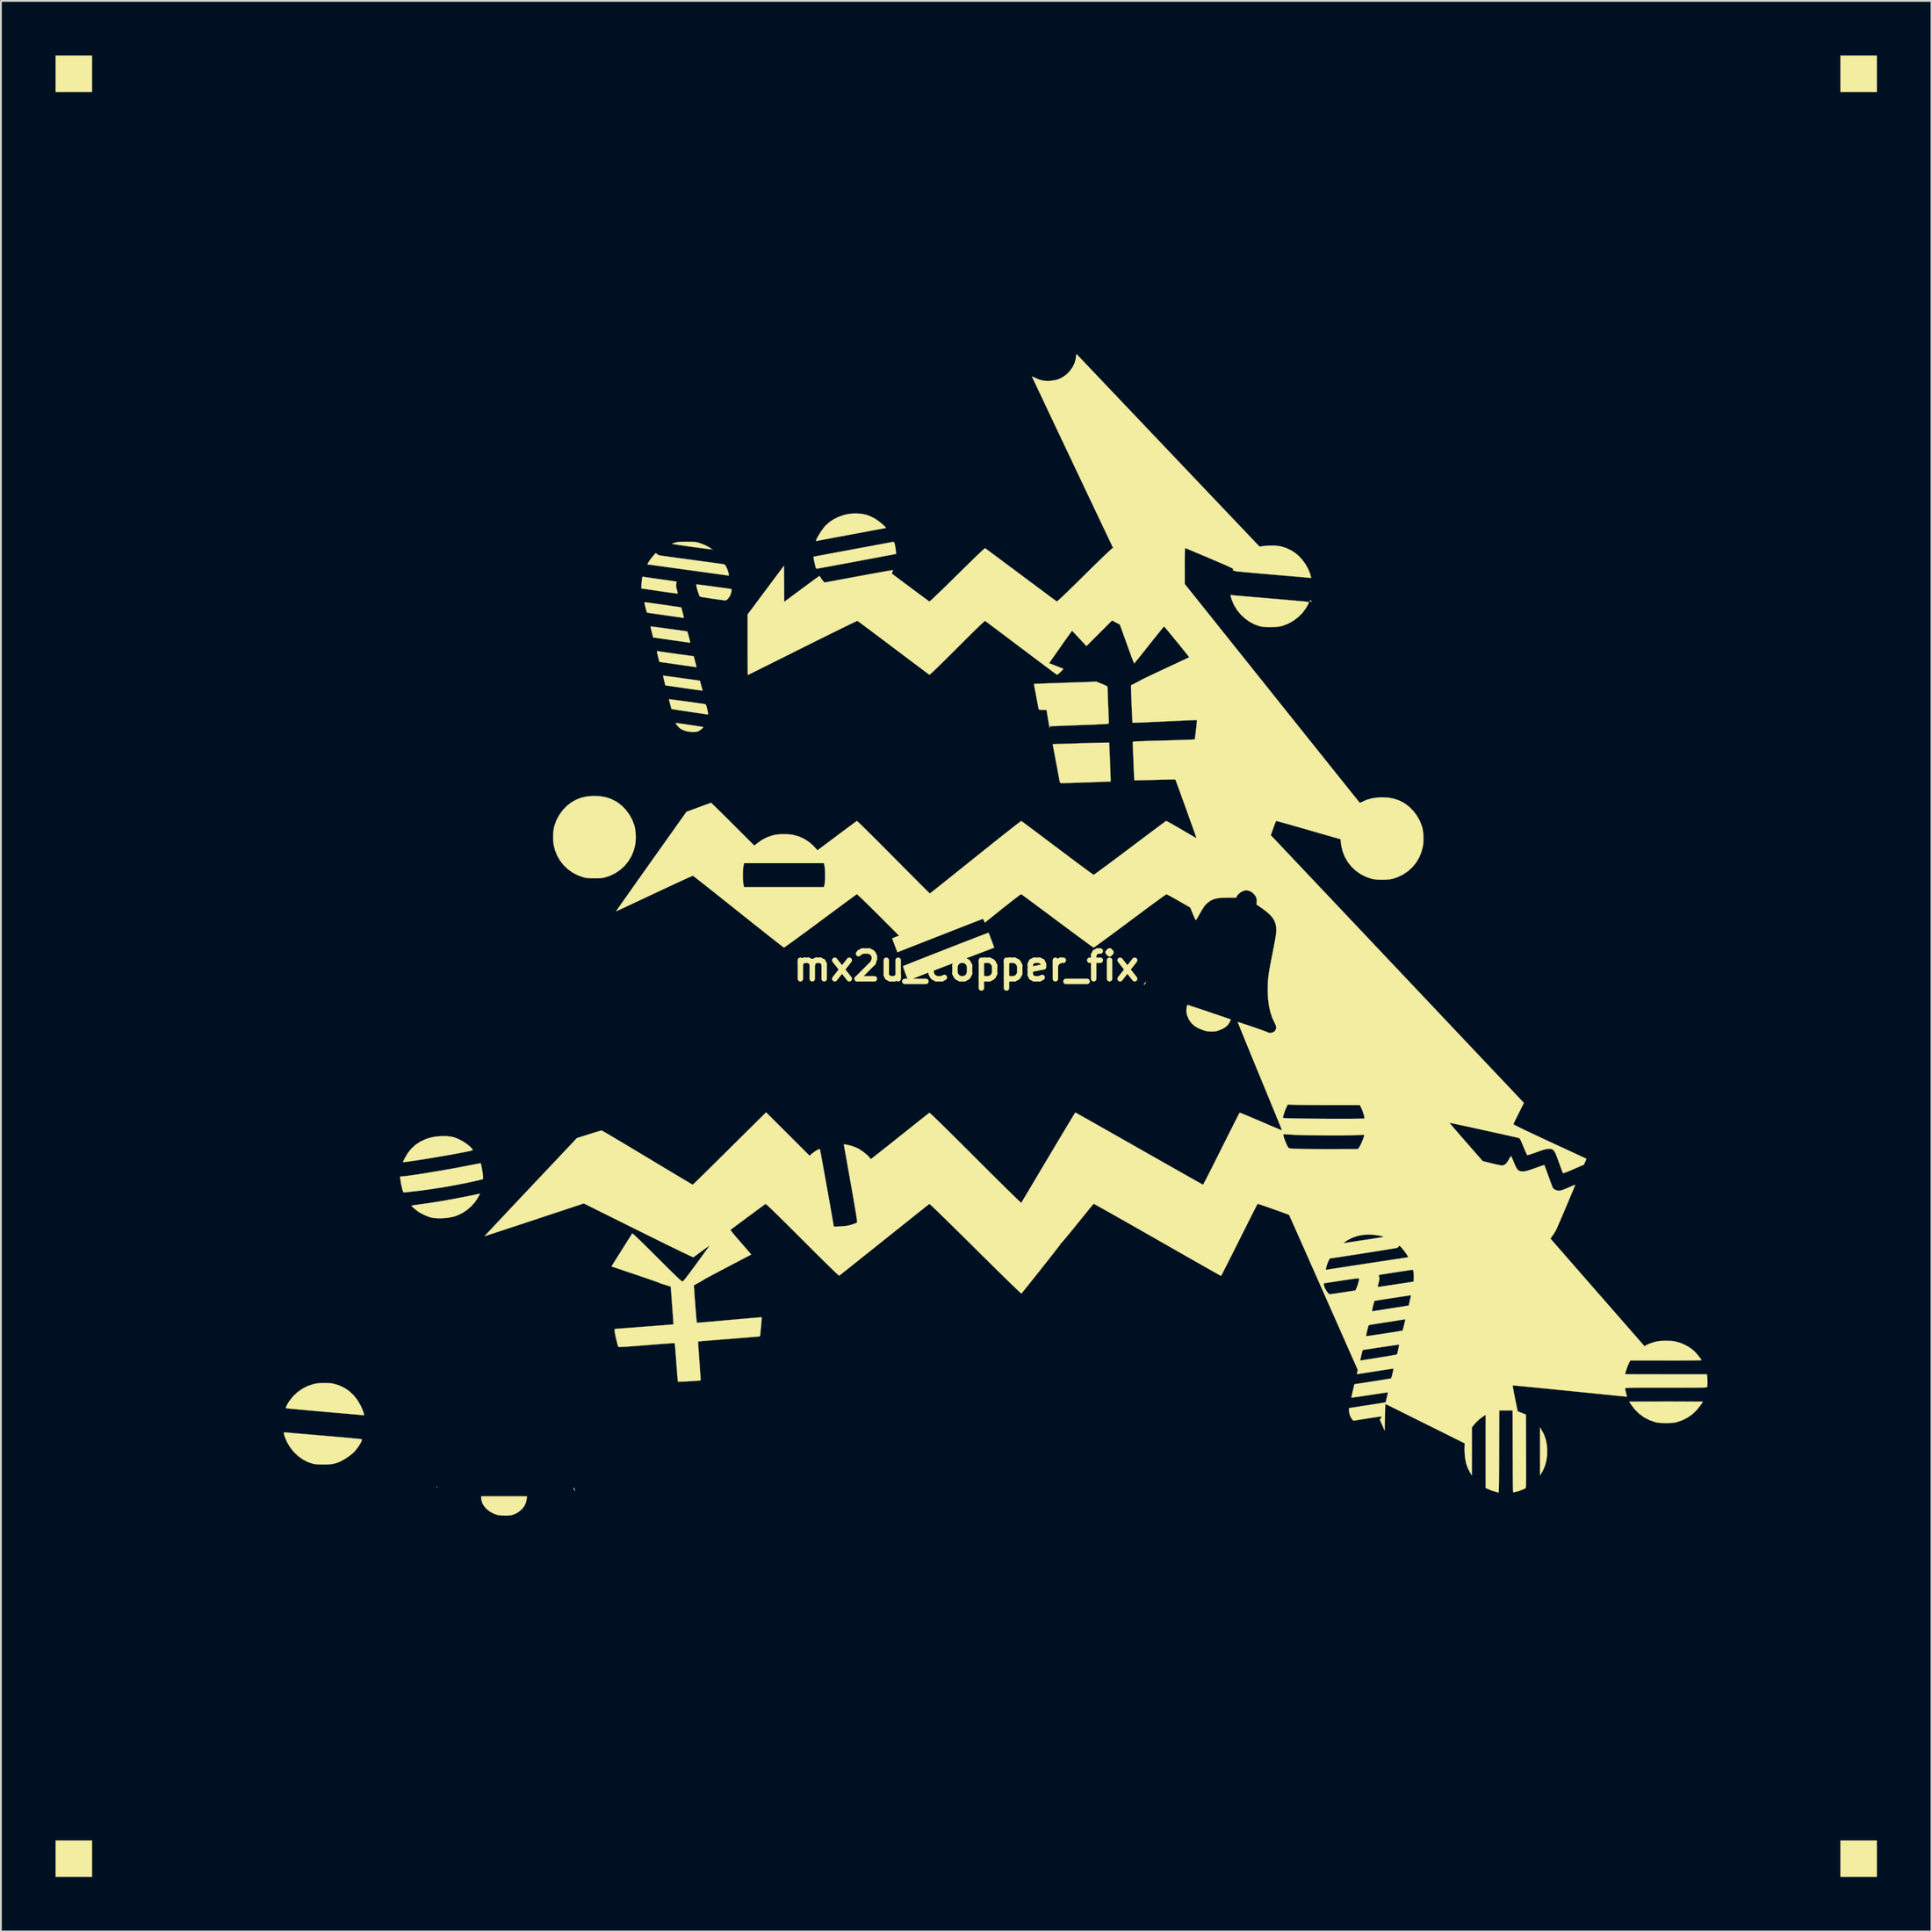
<source format=kicad_pcb>
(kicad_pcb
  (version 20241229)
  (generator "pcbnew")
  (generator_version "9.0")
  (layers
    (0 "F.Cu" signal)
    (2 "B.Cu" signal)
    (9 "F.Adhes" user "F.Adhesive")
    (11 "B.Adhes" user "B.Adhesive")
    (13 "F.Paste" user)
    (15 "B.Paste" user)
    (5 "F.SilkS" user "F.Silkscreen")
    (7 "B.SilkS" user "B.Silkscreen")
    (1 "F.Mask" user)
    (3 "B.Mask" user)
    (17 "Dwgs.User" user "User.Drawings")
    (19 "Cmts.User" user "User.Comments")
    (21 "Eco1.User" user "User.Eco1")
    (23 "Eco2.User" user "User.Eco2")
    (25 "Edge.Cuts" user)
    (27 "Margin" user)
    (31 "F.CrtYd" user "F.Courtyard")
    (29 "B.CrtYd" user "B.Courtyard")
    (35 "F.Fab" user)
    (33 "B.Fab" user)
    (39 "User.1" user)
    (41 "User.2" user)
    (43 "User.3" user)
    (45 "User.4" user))
  (footprint "mx2u_copper_fix"
    (layer "F.Cu")
    (at 50.022 50.022)
    (property "Reference" "mx2u_copper_fix" (at 0 0 0) (layer "F.SilkS") (effects (font (size 1.524 1.524) (thickness 0.3))))
    (attr through_hole)
    (fp_poly (pts (xy -48.02 -48.02) (xy -50.017 -48.02) (xy -50.017 -50.017) (xy -48.02 -50.017) (xy -48.02 -48.02)) (stroke (width 0.01) (type solid)) (fill yes) (layer "F.SilkS"))
    (fp_poly (pts (xy -48.02 50.017) (xy -50.017 50.017) (xy -50.017 48.02) (xy -48.02 48.02) (xy -48.02 50.017)) (stroke (width 0.01) (type solid)) (fill yes) (layer "F.SilkS"))
    (fp_poly (pts (xy -29.09 28.622) (xy -29.103 28.635) (xy -29.115 28.622) (xy -29.103 28.61) (xy -29.09 28.622)) (stroke (width 0.01) (type solid)) (fill yes) (layer "F.SilkS"))
    (fp_poly (pts (xy -29.039 28.597) (xy -29.052 28.61) (xy -29.065 28.597) (xy -29.052 28.584) (xy -29.039 28.597)) (stroke (width 0.01) (type solid)) (fill yes) (layer "F.SilkS"))
    (fp_poly (pts (xy -13.926 -22.885) (xy -13.938 -22.873) (xy -13.951 -22.885) (xy -13.938 -22.898) (xy -13.926 -22.885)) (stroke (width 0.01) (type solid)) (fill yes) (layer "F.SilkS"))
    (fp_poly (pts (xy 50.017 -48.02) (xy 48.02 -48.02) (xy 48.02 -50.017) (xy 50.017 -50.017) (xy 50.017 -48.02)) (stroke (width 0.01) (type solid)) (fill yes) (layer "F.SilkS"))
    (fp_poly (pts (xy 50.017 50.017) (xy 48.02 50.017) (xy 48.02 48.02) (xy 50.017 48.02) (xy 50.017 50.017)) (stroke (width 0.01) (type solid)) (fill yes) (layer "F.SilkS"))
    (fp_poly (pts (xy 18.932 -20.078) (xy 18.969 -20.042) (xy 18.98 -20.025) (xy 18.978 -20.019) (xy 18.961 -20.023) (xy 18.913 -20.042) (xy 18.909 -20.043) (xy 18.871 -20.07) (xy 18.868 -20.094) (xy 18.897 -20.102) (xy 18.932 -20.078)) (stroke (width 0.01) (type solid)) (fill yes) (layer "F.SilkS"))
    (fp_poly (pts (xy -21.55 28.656) (xy -21.524 28.705) (xy -21.5 28.762) (xy -21.488 28.807) (xy -21.489 28.817) (xy -21.502 28.813) (xy -21.525 28.771) (xy -21.539 28.74) (xy -21.561 28.677) (xy -21.571 28.64) (xy -21.57 28.635) (xy -21.55 28.656)) (stroke (width 0.01) (type solid)) (fill yes) (layer "F.SilkS"))
    (fp_poly (pts (xy 9.879 0.875) (xy 9.866 0.907) (xy 9.824 0.966) (xy 9.818 0.973) (xy 9.775 1.017) (xy 9.757 1.017) (xy 9.756 1.009) (xy 9.773 0.966) (xy 9.815 0.914) (xy 9.819 0.91) (xy 9.863 0.874) (xy 9.879 0.875)) (stroke (width 0.01) (type solid)) (fill yes) (layer "F.SilkS"))
    (fp_poly (pts (xy 31.597 25.463) (xy 31.734 25.719) (xy 31.831 25.988) (xy 31.891 26.279) (xy 31.912 26.525) (xy 31.908 26.857) (xy 31.863 27.173) (xy 31.78 27.468) (xy 31.661 27.734) (xy 31.606 27.827) (xy 31.518 27.965) (xy 31.517 25.337) (xy 31.597 25.463)) (stroke (width 0.01) (type solid)) (fill yes) (layer "F.SilkS"))
    (fp_poly (pts (xy -24.143 29.265) (xy -24.186 29.467) (xy -24.274 29.653) (xy -24.403 29.821) (xy -24.568 29.963) (xy -24.764 30.076) (xy -24.887 30.124) (xy -24.974 30.149) (xy -25.063 30.165) (xy -25.17 30.173) (xy -25.309 30.175) (xy -25.342 30.174) (xy -25.473 30.171) (xy -25.597 30.163) (xy -25.698 30.151) (xy -25.754 30.14) (xy -25.975 30.059) (xy -26.172 29.95) (xy -26.341 29.817) (xy -26.476 29.665) (xy -26.573 29.5) (xy -26.628 29.327) (xy -26.638 29.212) (xy -26.638 29.115) (xy -24.129 29.115) (xy -24.143 29.265)) (stroke (width 0.01) (type solid)) (fill yes) (layer "F.SilkS"))
    (fp_poly (pts (xy 38.697 23.912) (xy 39.024 23.913) (xy 39.323 23.914) (xy 39.453 23.915) (xy 40.466 23.921) (xy 40.336 24.111) (xy 40.121 24.384) (xy 39.878 24.614) (xy 39.607 24.803) (xy 39.306 24.951) (xy 39.01 25.049) (xy 38.885 25.072) (xy 38.724 25.088) (xy 38.542 25.096) (xy 38.352 25.096) (xy 38.168 25.089) (xy 38.005 25.074) (xy 37.875 25.051) (xy 37.86 25.047) (xy 37.532 24.933) (xy 37.234 24.778) (xy 36.966 24.582) (xy 36.726 24.344) (xy 36.547 24.111) (xy 36.417 23.921) (xy 37.429 23.915) (xy 37.709 23.913) (xy 38.024 23.913) (xy 38.359 23.912) (xy 38.697 23.912)) (stroke (width 0.01) (type solid)) (fill yes) (layer "F.SilkS"))
    (fp_poly (pts (xy -16.624 -15.958) (xy -16.554 -15.95) (xy -16.444 -15.935) (xy -16.3 -15.916) (xy -16.127 -15.893) (xy -15.931 -15.866) (xy -15.717 -15.836) (xy -15.634 -15.824) (xy -14.626 -15.682) (xy -14.555 -15.417) (xy -14.526 -15.309) (xy -14.502 -15.221) (xy -14.487 -15.163) (xy -14.482 -15.145) (xy -14.485 -15.143) (xy -14.498 -15.142) (xy -14.525 -15.143) (xy -14.57 -15.148) (xy -14.638 -15.157) (xy -14.733 -15.169) (xy -14.859 -15.187) (xy -15.021 -15.209) (xy -15.223 -15.238) (xy -15.47 -15.273) (xy -15.547 -15.284) (xy -16.524 -15.424) (xy -16.591 -15.689) (xy -16.617 -15.797) (xy -16.637 -15.885) (xy -16.649 -15.943) (xy -16.65 -15.96) (xy -16.624 -15.958)) (stroke (width 0.01) (type solid)) (fill yes) (layer "F.SilkS"))
    (fp_poly (pts (xy -15.938 -13.36) (xy -15.87 -13.351) (xy -15.767 -13.337) (xy -15.637 -13.319) (xy -15.486 -13.297) (xy -15.322 -13.273) (xy -15.153 -13.248) (xy -14.987 -13.223) (xy -14.829 -13.2) (xy -14.69 -13.178) (xy -14.574 -13.16) (xy -14.491 -13.146) (xy -14.447 -13.137) (xy -14.442 -13.136) (xy -14.45 -13.113) (xy -14.49 -13.071) (xy -14.549 -13.019) (xy -14.617 -12.967) (xy -14.683 -12.925) (xy -14.696 -12.917) (xy -14.806 -12.881) (xy -14.949 -12.864) (xy -15.114 -12.868) (xy -15.287 -12.892) (xy -15.421 -12.924) (xy -15.589 -12.986) (xy -15.721 -13.066) (xy -15.832 -13.173) (xy -15.884 -13.239) (xy -15.929 -13.303) (xy -15.958 -13.348) (xy -15.964 -13.362) (xy -15.938 -13.36)) (stroke (width 0.01) (type solid)) (fill yes) (layer "F.SilkS"))
    (fp_poly (pts (xy -16.951 -17.304) (xy -16.95 -17.304) (xy -16.913 -17.298) (xy -16.832 -17.286) (xy -16.713 -17.268) (xy -16.561 -17.246) (xy -16.382 -17.221) (xy -16.183 -17.193) (xy -15.968 -17.163) (xy -15.932 -17.158) (xy -14.968 -17.025) (xy -14.9 -16.771) (xy -14.871 -16.66) (xy -14.845 -16.564) (xy -14.827 -16.496) (xy -14.82 -16.472) (xy -14.823 -16.436) (xy -14.84 -16.431) (xy -14.872 -16.435) (xy -14.948 -16.445) (xy -15.063 -16.462) (xy -15.211 -16.482) (xy -15.387 -16.507) (xy -15.586 -16.535) (xy -15.801 -16.566) (xy -15.864 -16.575) (xy -16.854 -16.716) (xy -16.929 -17.016) (xy -16.96 -17.142) (xy -16.98 -17.226) (xy -16.988 -17.276) (xy -16.985 -17.301) (xy -16.973 -17.308) (xy -16.951 -17.304)) (stroke (width 0.01) (type solid)) (fill yes) (layer "F.SilkS"))
    (fp_poly (pts (xy -15.173 -23.313) (xy -15.044 -23.311) (xy -14.945 -23.306) (xy -14.865 -23.297) (xy -14.794 -23.284) (xy -14.72 -23.265) (xy -14.647 -23.243) (xy -14.485 -23.186) (xy -14.323 -23.117) (xy -14.175 -23.042) (xy -14.056 -22.97) (xy -14.027 -22.948) (xy -13.964 -22.899) (xy -14.04 -22.902) (xy -14.081 -22.906) (xy -14.166 -22.916) (xy -14.29 -22.932) (xy -14.446 -22.952) (xy -14.63 -22.977) (xy -14.834 -23.004) (xy -15.054 -23.034) (xy -15.133 -23.045) (xy -15.353 -23.076) (xy -15.557 -23.106) (xy -15.739 -23.133) (xy -15.894 -23.156) (xy -16.017 -23.176) (xy -16.103 -23.191) (xy -16.146 -23.201) (xy -16.15 -23.203) (xy -16.127 -23.217) (xy -16.069 -23.239) (xy -15.985 -23.265) (xy -15.979 -23.267) (xy -15.905 -23.285) (xy -15.825 -23.298) (xy -15.73 -23.306) (xy -15.61 -23.311) (xy -15.455 -23.313) (xy -15.341 -23.314) (xy -15.173 -23.313)) (stroke (width 0.01) (type solid)) (fill yes) (layer "F.SilkS"))
    (fp_poly (pts (xy -17.309 -18.66) (xy -17.24 -18.652) (xy -17.133 -18.639) (xy -16.996 -18.621) (xy -16.835 -18.6) (xy -16.656 -18.576) (xy -16.467 -18.55) (xy -16.272 -18.523) (xy -16.08 -18.497) (xy -15.895 -18.471) (xy -15.726 -18.447) (xy -15.578 -18.426) (xy -15.457 -18.408) (xy -15.371 -18.395) (xy -15.326 -18.387) (xy -15.321 -18.386) (xy -15.311 -18.36) (xy -15.292 -18.297) (xy -15.267 -18.208) (xy -15.239 -18.106) (xy -15.212 -18.003) (xy -15.188 -17.909) (xy -15.171 -17.838) (xy -15.164 -17.8) (xy -15.164 -17.799) (xy -15.176 -17.772) (xy -15.183 -17.77) (xy -15.212 -17.774) (xy -15.285 -17.785) (xy -15.397 -17.801) (xy -15.543 -17.822) (xy -15.717 -17.847) (xy -15.914 -17.875) (xy -16.128 -17.905) (xy -16.199 -17.916) (xy -17.196 -18.058) (xy -17.27 -18.356) (xy -17.298 -18.471) (xy -17.319 -18.567) (xy -17.332 -18.634) (xy -17.335 -18.662) (xy -17.335 -18.662) (xy -17.309 -18.66)) (stroke (width 0.01) (type solid)) (fill yes) (layer "F.SilkS"))
    (fp_poly (pts (xy -14.799 -20.969) (xy -14.728 -20.962) (xy -14.617 -20.95) (xy -14.474 -20.932) (xy -14.302 -20.91) (xy -14.109 -20.885) (xy -13.899 -20.856) (xy -13.879 -20.853) (xy -13.667 -20.824) (xy -13.47 -20.797) (xy -13.294 -20.774) (xy -13.146 -20.754) (xy -13.029 -20.738) (xy -12.951 -20.728) (xy -12.917 -20.724) (xy -12.917 -20.724) (xy -12.897 -20.703) (xy -12.89 -20.653) (xy -12.91 -20.514) (xy -12.964 -20.369) (xy -13.046 -20.238) (xy -13.068 -20.21) (xy -13.134 -20.142) (xy -13.185 -20.106) (xy -13.237 -20.095) (xy -13.252 -20.095) (xy -13.298 -20.1) (xy -13.387 -20.111) (xy -13.51 -20.127) (xy -13.66 -20.147) (xy -13.828 -20.171) (xy -13.964 -20.191) (xy -14.138 -20.217) (xy -14.295 -20.242) (xy -14.43 -20.264) (xy -14.535 -20.282) (xy -14.603 -20.296) (xy -14.625 -20.302) (xy -14.647 -20.334) (xy -14.676 -20.403) (xy -14.71 -20.497) (xy -14.745 -20.605) (xy -14.778 -20.716) (xy -14.805 -20.819) (xy -14.823 -20.903) (xy -14.829 -20.957) (xy -14.826 -20.97) (xy -14.799 -20.969)) (stroke (width 0.01) (type solid)) (fill yes) (layer "F.SilkS"))
    (fp_poly (pts (xy 12.18 2.13) (xy 12.249 2.152) (xy 12.354 2.187) (xy 12.491 2.232) (xy 12.653 2.286) (xy 12.834 2.347) (xy 13.03 2.413) (xy 13.234 2.481) (xy 13.442 2.551) (xy 13.646 2.621) (xy 13.843 2.687) (xy 14.025 2.749) (xy 14.188 2.805) (xy 14.325 2.852) (xy 14.432 2.889) (xy 14.503 2.914) (xy 14.531 2.925) (xy 14.532 2.925) (xy 14.527 2.95) (xy 14.504 3.007) (xy 14.471 3.073) (xy 14.381 3.211) (xy 14.266 3.325) (xy 14.116 3.421) (xy 13.942 3.498) (xy 13.826 3.542) (xy 13.735 3.568) (xy 13.65 3.582) (xy 13.551 3.587) (xy 13.47 3.587) (xy 13.342 3.583) (xy 13.237 3.571) (xy 13.131 3.548) (xy 13.005 3.508) (xy 12.981 3.5) (xy 12.746 3.405) (xy 12.553 3.291) (xy 12.396 3.152) (xy 12.269 2.985) (xy 12.208 2.875) (xy 12.13 2.684) (xy 12.094 2.505) (xy 12.099 2.328) (xy 12.107 2.285) (xy 12.124 2.202) (xy 12.141 2.144) (xy 12.153 2.123) (xy 12.18 2.13)) (stroke (width 0.01) (type solid)) (fill yes) (layer "F.SilkS"))
    (fp_poly (pts (xy -5.772 -24.851) (xy -5.548 -24.81) (xy -5.431 -24.776) (xy -5.213 -24.689) (xy -5.011 -24.583) (xy -4.814 -24.449) (xy -4.609 -24.282) (xy -4.524 -24.205) (xy -4.45 -24.132) (xy -4.417 -24.086) (xy -4.423 -24.069) (xy -4.453 -24.063) (xy -4.53 -24.049) (xy -4.647 -24.027) (xy -4.803 -23.998) (xy -4.993 -23.963) (xy -5.212 -23.922) (xy -5.457 -23.876) (xy -5.725 -23.826) (xy -6.01 -23.773) (xy -6.306 -23.718) (xy -6.605 -23.662) (xy -6.891 -23.609) (xy -7.16 -23.559) (xy -7.407 -23.513) (xy -7.628 -23.471) (xy -7.819 -23.435) (xy -7.977 -23.405) (xy -8.097 -23.383) (xy -8.175 -23.368) (xy -8.207 -23.361) (xy -8.242 -23.355) (xy -8.252 -23.367) (xy -8.239 -23.408) (xy -8.224 -23.445) (xy -8.174 -23.549) (xy -8.099 -23.679) (xy -8.011 -23.821) (xy -7.915 -23.962) (xy -7.823 -24.087) (xy -7.746 -24.181) (xy -7.54 -24.373) (xy -7.296 -24.54) (xy -7.021 -24.677) (xy -6.722 -24.782) (xy -6.504 -24.833) (xy -6.266 -24.863) (xy -6.017 -24.869) (xy -5.772 -24.851)) (stroke (width 0.01) (type solid)) (fill yes) (layer "F.SilkS"))
    (fp_poly (pts (xy -17.609 -19.988) (xy -17.532 -19.978) (xy -17.42 -19.963) (xy -17.279 -19.944) (xy -17.115 -19.921) (xy -16.934 -19.896) (xy -16.744 -19.869) (xy -16.551 -19.841) (xy -16.361 -19.814) (xy -16.181 -19.787) (xy -16.017 -19.763) (xy -15.876 -19.743) (xy -15.765 -19.726) (xy -15.689 -19.714) (xy -15.656 -19.708) (xy -15.655 -19.707) (xy -15.647 -19.682) (xy -15.628 -19.617) (xy -15.602 -19.524) (xy -15.573 -19.416) (xy -15.539 -19.28) (xy -15.521 -19.188) (xy -15.52 -19.141) (xy -15.526 -19.135) (xy -15.557 -19.139) (xy -15.633 -19.15) (xy -15.747 -19.166) (xy -15.894 -19.186) (xy -16.07 -19.211) (xy -16.268 -19.239) (xy -16.482 -19.269) (xy -16.542 -19.278) (xy -16.759 -19.309) (xy -16.959 -19.338) (xy -17.139 -19.364) (xy -17.291 -19.386) (xy -17.412 -19.404) (xy -17.494 -19.417) (xy -17.533 -19.424) (xy -17.536 -19.425) (xy -17.545 -19.45) (xy -17.564 -19.515) (xy -17.589 -19.609) (xy -17.615 -19.711) (xy -17.645 -19.832) (xy -17.663 -19.913) (xy -17.669 -19.96) (xy -17.664 -19.984) (xy -17.649 -19.991) (xy -17.643 -19.991) (xy -17.609 -19.988)) (stroke (width 0.01) (type solid)) (fill yes) (layer "F.SilkS"))
    (fp_poly (pts (xy -16.303 -14.663) (xy -16.235 -14.656) (xy -16.131 -14.643) (xy -15.996 -14.625) (xy -15.836 -14.604) (xy -15.659 -14.58) (xy -15.471 -14.555) (xy -15.278 -14.529) (xy -15.087 -14.502) (xy -14.905 -14.477) (xy -14.737 -14.453) (xy -14.59 -14.432) (xy -14.471 -14.415) (xy -14.386 -14.402) (xy -14.342 -14.394) (xy -14.342 -14.394) (xy -14.315 -14.379) (xy -14.291 -14.343) (xy -14.267 -14.277) (xy -14.24 -14.171) (xy -14.234 -14.148) (xy -14.202 -14.009) (xy -14.184 -13.913) (xy -14.18 -13.855) (xy -14.188 -13.83) (xy -14.197 -13.827) (xy -14.226 -13.831) (xy -14.299 -13.842) (xy -14.411 -13.859) (xy -14.556 -13.88) (xy -14.73 -13.906) (xy -14.926 -13.935) (xy -15.139 -13.966) (xy -15.196 -13.975) (xy -15.412 -14.007) (xy -15.612 -14.037) (xy -15.791 -14.065) (xy -15.943 -14.088) (xy -16.063 -14.108) (xy -16.145 -14.122) (xy -16.183 -14.129) (xy -16.186 -14.13) (xy -16.195 -14.156) (xy -16.213 -14.219) (xy -16.237 -14.306) (xy -16.263 -14.404) (xy -16.288 -14.502) (xy -16.31 -14.586) (xy -16.323 -14.645) (xy -16.327 -14.665) (xy -16.303 -14.663)) (stroke (width 0.01) (type solid)) (fill yes) (layer "F.SilkS"))
    (fp_poly (pts (xy 14.605 -20.379) (xy 14.644 -20.375) (xy 14.729 -20.368) (xy 14.857 -20.356) (xy 15.024 -20.342) (xy 15.225 -20.324) (xy 15.456 -20.304) (xy 15.714 -20.282) (xy 15.995 -20.258) (xy 16.295 -20.232) (xy 16.609 -20.205) (xy 16.754 -20.193) (xy 17.071 -20.166) (xy 17.374 -20.14) (xy 17.658 -20.115) (xy 17.92 -20.092) (xy 18.156 -20.071) (xy 18.362 -20.053) (xy 18.534 -20.037) (xy 18.67 -20.024) (xy 18.764 -20.015) (xy 18.814 -20.01) (xy 18.82 -20.008) (xy 18.818 -19.978) (xy 18.794 -19.915) (xy 18.753 -19.829) (xy 18.698 -19.732) (xy 18.641 -19.638) (xy 18.447 -19.383) (xy 18.214 -19.157) (xy 17.952 -18.963) (xy 17.666 -18.807) (xy 17.365 -18.695) (xy 17.302 -18.678) (xy 17.163 -18.652) (xy 16.991 -18.635) (xy 16.799 -18.626) (xy 16.602 -18.626) (xy 16.412 -18.634) (xy 16.246 -18.651) (xy 16.119 -18.675) (xy 15.832 -18.778) (xy 15.559 -18.924) (xy 15.304 -19.108) (xy 15.075 -19.324) (xy 14.876 -19.568) (xy 14.713 -19.832) (xy 14.592 -20.111) (xy 14.55 -20.248) (xy 14.513 -20.39) (xy 14.605 -20.379)) (stroke (width 0.01) (type solid)) (fill yes) (layer "F.SilkS"))
    (fp_poly (pts (xy -28.54 9.335) (xy -28.309 9.36) (xy -28.167 9.39) (xy -27.989 9.452) (xy -27.799 9.54) (xy -27.609 9.647) (xy -27.431 9.766) (xy -27.277 9.889) (xy -27.158 10.01) (xy -27.145 10.025) (xy -27.11 10.073) (xy -27.106 10.097) (xy -27.132 10.113) (xy -27.136 10.114) (xy -27.193 10.131) (xy -27.296 10.156) (xy -27.438 10.186) (xy -27.615 10.222) (xy -27.823 10.261) (xy -28.055 10.305) (xy -28.307 10.351) (xy -28.573 10.398) (xy -28.85 10.446) (xy -29.132 10.494) (xy -29.413 10.541) (xy -29.689 10.586) (xy -29.955 10.628) (xy -30.206 10.667) (xy -30.376 10.692) (xy -30.556 10.718) (xy -30.693 10.738) (xy -30.793 10.751) (xy -30.86 10.76) (xy -30.902 10.764) (xy -30.924 10.763) (xy -30.933 10.76) (xy -30.935 10.754) (xy -30.935 10.752) (xy -30.924 10.724) (xy -30.896 10.663) (xy -30.856 10.58) (xy -30.845 10.558) (xy -30.676 10.27) (xy -30.479 10.022) (xy -30.25 9.812) (xy -29.989 9.639) (xy -29.69 9.501) (xy -29.525 9.443) (xy -29.298 9.386) (xy -29.049 9.349) (xy -28.791 9.332) (xy -28.54 9.335)) (stroke (width 0.01) (type solid)) (fill yes) (layer "F.SilkS"))
    (fp_poly (pts (xy -35.032 22.898) (xy -34.871 22.912) (xy -34.76 22.93) (xy -34.444 23.025) (xy -34.152 23.163) (xy -33.888 23.343) (xy -33.651 23.565) (xy -33.444 23.827) (xy -33.267 24.127) (xy -33.236 24.191) (xy -33.186 24.303) (xy -33.142 24.414) (xy -33.106 24.515) (xy -33.081 24.596) (xy -33.072 24.649) (xy -33.078 24.664) (xy -33.106 24.662) (xy -33.179 24.655) (xy -33.296 24.645) (xy -33.452 24.631) (xy -33.644 24.614) (xy -33.868 24.595) (xy -34.119 24.573) (xy -34.395 24.548) (xy -34.692 24.522) (xy -35.006 24.495) (xy -35.229 24.476) (xy -35.552 24.447) (xy -35.86 24.42) (xy -36.151 24.394) (xy -36.419 24.37) (xy -36.661 24.348) (xy -36.875 24.328) (xy -37.055 24.311) (xy -37.198 24.298) (xy -37.301 24.287) (xy -37.36 24.28) (xy -37.373 24.278) (xy -37.371 24.247) (xy -37.347 24.184) (xy -37.306 24.099) (xy -37.253 24.003) (xy -37.192 23.905) (xy -37.177 23.883) (xy -36.973 23.626) (xy -36.735 23.401) (xy -36.467 23.212) (xy -36.177 23.063) (xy -35.87 22.958) (xy -35.714 22.924) (xy -35.57 22.905) (xy -35.398 22.895) (xy -35.213 22.893) (xy -35.032 22.898)) (stroke (width 0.01) (type solid)) (fill yes) (layer "F.SilkS"))
    (fp_poly (pts (xy -26.721 12.517) (xy -26.749 12.578) (xy -26.801 12.678) (xy -26.805 12.685) (xy -26.978 12.949) (xy -27.19 13.189) (xy -27.435 13.399) (xy -27.706 13.573) (xy -27.995 13.705) (xy -28.118 13.746) (xy -28.321 13.794) (xy -28.548 13.828) (xy -28.783 13.846) (xy -29.015 13.847) (xy -29.227 13.833) (xy -29.406 13.801) (xy -29.41 13.8) (xy -29.554 13.753) (xy -29.72 13.684) (xy -29.888 13.603) (xy -30.041 13.518) (xy -30.11 13.474) (xy -30.176 13.424) (xy -30.253 13.362) (xy -30.33 13.297) (xy -30.399 13.235) (xy -30.45 13.185) (xy -30.473 13.156) (xy -30.473 13.152) (xy -30.446 13.146) (xy -30.377 13.135) (xy -30.272 13.119) (xy -30.138 13.099) (xy -29.983 13.078) (xy -29.897 13.066) (xy -29.69 13.036) (xy -29.452 13.001) (xy -29.202 12.963) (xy -28.959 12.925) (xy -28.744 12.889) (xy -28.736 12.888) (xy -28.584 12.862) (xy -28.409 12.83) (xy -28.217 12.795) (xy -28.014 12.757) (xy -27.807 12.717) (xy -27.601 12.677) (xy -27.404 12.638) (xy -27.22 12.602) (xy -27.057 12.568) (xy -26.921 12.539) (xy -26.817 12.517) (xy -26.753 12.501) (xy -26.734 12.495) (xy -26.717 12.491) (xy -26.721 12.517)) (stroke (width 0.01) (type solid)) (fill yes) (layer "F.SilkS"))
    (fp_poly (pts (xy -17.745 -21.394) (xy -17.711 -21.387) (xy -17.633 -21.374) (xy -17.517 -21.356) (xy -17.369 -21.334) (xy -17.194 -21.309) (xy -16.999 -21.281) (xy -16.811 -21.255) (xy -16.604 -21.226) (xy -16.414 -21.2) (xy -16.246 -21.176) (xy -16.106 -21.155) (xy -15.999 -21.139) (xy -15.931 -21.128) (xy -15.908 -21.123) (xy -15.909 -21.096) (xy -15.92 -21.037) (xy -15.927 -21.008) (xy -15.938 -20.943) (xy -15.937 -20.876) (xy -15.922 -20.79) (xy -15.9 -20.704) (xy -15.875 -20.61) (xy -15.856 -20.535) (xy -15.847 -20.493) (xy -15.847 -20.489) (xy -15.85 -20.482) (xy -15.865 -20.477) (xy -15.894 -20.476) (xy -15.942 -20.479) (xy -16.014 -20.487) (xy -16.114 -20.499) (xy -16.246 -20.517) (xy -16.415 -20.541) (xy -16.625 -20.571) (xy -16.879 -20.608) (xy -16.908 -20.613) (xy -17.118 -20.643) (xy -17.311 -20.672) (xy -17.483 -20.697) (xy -17.627 -20.718) (xy -17.739 -20.734) (xy -17.812 -20.745) (xy -17.841 -20.749) (xy -17.841 -20.749) (xy -17.844 -20.772) (xy -17.843 -20.834) (xy -17.838 -20.923) (xy -17.831 -21.026) (xy -17.823 -21.131) (xy -17.813 -21.227) (xy -17.804 -21.302) (xy -17.802 -21.313) (xy -17.786 -21.376) (xy -17.764 -21.397) (xy -17.745 -21.394)) (stroke (width 0.01) (type solid)) (fill yes) (layer "F.SilkS"))
    (fp_poly (pts (xy -20.088 -9.333) (xy -19.784 -9.279) (xy -19.502 -9.185) (xy -19.236 -9.05) (xy -19.155 -8.999) (xy -18.912 -8.811) (xy -18.693 -8.584) (xy -18.503 -8.326) (xy -18.348 -8.045) (xy -18.234 -7.75) (xy -18.222 -7.708) (xy -18.182 -7.52) (xy -18.158 -7.301) (xy -18.151 -7.07) (xy -18.161 -6.845) (xy -18.182 -6.677) (xy -18.263 -6.351) (xy -18.389 -6.047) (xy -18.556 -5.768) (xy -18.76 -5.517) (xy -19 -5.298) (xy -19.271 -5.114) (xy -19.572 -4.968) (xy -19.852 -4.875) (xy -19.978 -4.852) (xy -20.138 -4.836) (xy -20.32 -4.828) (xy -20.51 -4.828) (xy -20.694 -4.835) (xy -20.858 -4.85) (xy -20.987 -4.873) (xy -21.002 -4.877) (xy -21.325 -4.99) (xy -21.621 -5.144) (xy -21.887 -5.335) (xy -22.121 -5.56) (xy -22.319 -5.816) (xy -22.479 -6.1) (xy -22.597 -6.408) (xy -22.66 -6.677) (xy -22.685 -6.884) (xy -22.691 -7.111) (xy -22.681 -7.341) (xy -22.654 -7.556) (xy -22.62 -7.708) (xy -22.513 -8.005) (xy -22.363 -8.288) (xy -22.178 -8.55) (xy -21.962 -8.782) (xy -21.723 -8.975) (xy -21.688 -8.999) (xy -21.425 -9.147) (xy -21.15 -9.253) (xy -20.854 -9.32) (xy -20.53 -9.349) (xy -20.421 -9.351) (xy -20.088 -9.333)) (stroke (width 0.01) (type solid)) (fill yes) (layer "F.SilkS"))
    (fp_poly (pts (xy -37.392 25.607) (xy -37.373 25.609) (xy -37.332 25.613) (xy -37.244 25.622) (xy -37.113 25.633) (xy -36.945 25.648) (xy -36.742 25.666) (xy -36.509 25.686) (xy -36.25 25.708) (xy -35.969 25.732) (xy -35.669 25.758) (xy -35.356 25.784) (xy -35.244 25.794) (xy -34.929 25.821) (xy -34.629 25.847) (xy -34.347 25.871) (xy -34.087 25.895) (xy -33.853 25.916) (xy -33.649 25.935) (xy -33.478 25.951) (xy -33.345 25.965) (xy -33.253 25.975) (xy -33.206 25.982) (xy -33.201 25.983) (xy -33.195 26.02) (xy -33.216 26.088) (xy -33.26 26.18) (xy -33.323 26.287) (xy -33.399 26.404) (xy -33.485 26.52) (xy -33.575 26.63) (xy -33.607 26.665) (xy -33.707 26.761) (xy -33.84 26.868) (xy -33.991 26.976) (xy -34.148 27.078) (xy -34.295 27.163) (xy -34.384 27.206) (xy -34.54 27.269) (xy -34.687 27.314) (xy -34.838 27.345) (xy -35.007 27.362) (xy -35.207 27.369) (xy -35.318 27.369) (xy -35.508 27.366) (xy -35.671 27.357) (xy -35.799 27.345) (xy -35.868 27.332) (xy -36.156 27.237) (xy -36.429 27.097) (xy -36.684 26.916) (xy -36.915 26.7) (xy -37.117 26.452) (xy -37.285 26.178) (xy -37.408 25.902) (xy -37.442 25.803) (xy -37.467 25.716) (xy -37.48 25.658) (xy -37.481 25.649) (xy -37.475 25.616) (xy -37.451 25.604) (xy -37.392 25.607)) (stroke (width 0.01) (type solid)) (fill yes) (layer "F.SilkS"))
    (fp_poly (pts (xy -16.982 -22.635) (xy -16.908 -22.589) (xy -16.829 -22.561) (xy -16.828 -22.561) (xy -16.789 -22.555) (xy -16.704 -22.543) (xy -16.578 -22.526) (xy -16.415 -22.503) (xy -16.219 -22.476) (xy -15.995 -22.445) (xy -15.747 -22.411) (xy -15.48 -22.375) (xy -15.197 -22.337) (xy -15.05 -22.317) (xy -14.762 -22.278) (xy -14.488 -22.24) (xy -14.231 -22.205) (xy -13.997 -22.173) (xy -13.79 -22.144) (xy -13.613 -22.12) (xy -13.471 -22.1) (xy -13.369 -22.085) (xy -13.31 -22.077) (xy -13.298 -22.075) (xy -13.253 -22.043) (xy -13.202 -21.97) (xy -13.149 -21.864) (xy -13.099 -21.736) (xy -13.058 -21.602) (xy -13.039 -21.521) (xy -13.033 -21.478) (xy -13.042 -21.462) (xy -13.063 -21.46) (xy -13.094 -21.464) (xy -13.172 -21.474) (xy -13.291 -21.49) (xy -13.447 -21.512) (xy -13.637 -21.538) (xy -13.855 -21.568) (xy -14.098 -21.601) (xy -14.362 -21.638) (xy -14.642 -21.676) (xy -14.785 -21.696) (xy -15.088 -21.738) (xy -15.39 -21.78) (xy -15.685 -21.821) (xy -15.967 -21.86) (xy -16.23 -21.896) (xy -16.468 -21.929) (xy -16.674 -21.957) (xy -16.844 -21.981) (xy -16.97 -21.998) (xy -16.989 -22.001) (xy -17.511 -22.072) (xy -17.464 -22.164) (xy -17.414 -22.249) (xy -17.339 -22.355) (xy -17.252 -22.469) (xy -17.162 -22.575) (xy -17.128 -22.613) (xy -17.052 -22.694) (xy -16.982 -22.635)) (stroke (width 0.01) (type solid)) (fill yes) (layer "F.SilkS"))
    (fp_poly (pts (xy -26.658 10.861) (xy -26.638 10.937) (xy -26.616 11.041) (xy -26.595 11.162) (xy -26.574 11.292) (xy -26.557 11.418) (xy -26.544 11.531) (xy -26.537 11.621) (xy -26.538 11.677) (xy -26.543 11.69) (xy -26.574 11.703) (xy -26.649 11.723) (xy -26.763 11.752) (xy -26.908 11.785) (xy -27.08 11.824) (xy -27.272 11.865) (xy -27.478 11.909) (xy -27.624 11.938) (xy -28.084 12.027) (xy -28.56 12.112) (xy -29.039 12.191) (xy -29.508 12.262) (xy -29.955 12.323) (xy -30.354 12.37) (xy -30.493 12.385) (xy -30.622 12.399) (xy -30.729 12.412) (xy -30.802 12.421) (xy -30.815 12.422) (xy -30.88 12.427) (xy -30.914 12.411) (xy -30.935 12.371) (xy -30.97 12.263) (xy -31.005 12.124) (xy -31.038 11.972) (xy -31.064 11.827) (xy -31.076 11.733) (xy -31.093 11.55) (xy -31.02 11.55) (xy -30.944 11.545) (xy -30.823 11.533) (xy -30.662 11.512) (xy -30.467 11.485) (xy -30.242 11.452) (xy -29.993 11.414) (xy -29.724 11.371) (xy -29.44 11.325) (xy -29.147 11.276) (xy -28.849 11.226) (xy -28.552 11.174) (xy -28.26 11.123) (xy -27.979 11.071) (xy -27.713 11.022) (xy -27.468 10.974) (xy -27.437 10.968) (xy -27.248 10.931) (xy -27.077 10.897) (xy -26.928 10.869) (xy -26.808 10.846) (xy -26.723 10.831) (xy -26.679 10.824) (xy -26.674 10.823) (xy -26.658 10.861)) (stroke (width 0.01) (type solid)) (fill yes) (layer "F.SilkS"))
    (fp_poly (pts (xy -3.965 -23.289) (xy -3.936 -23.221) (xy -3.927 -23.189) (xy -3.91 -23.112) (xy -3.893 -23.014) (xy -3.877 -22.908) (xy -3.864 -22.806) (xy -3.855 -22.721) (xy -3.853 -22.664) (xy -3.855 -22.648) (xy -3.881 -22.642) (xy -3.952 -22.628) (xy -4.064 -22.606) (xy -4.212 -22.578) (xy -4.393 -22.544) (xy -4.602 -22.504) (xy -4.834 -22.46) (xy -5.086 -22.413) (xy -5.352 -22.363) (xy -5.629 -22.311) (xy -5.912 -22.258) (xy -6.197 -22.205) (xy -6.48 -22.152) (xy -6.755 -22.101) (xy -7.019 -22.052) (xy -7.268 -22.006) (xy -7.497 -21.964) (xy -7.701 -21.927) (xy -7.877 -21.895) (xy -8.02 -21.869) (xy -8.125 -21.85) (xy -8.189 -21.839) (xy -8.206 -21.837) (xy -8.244 -21.851) (xy -8.248 -21.856) (xy -8.262 -21.894) (xy -8.283 -21.968) (xy -8.307 -22.065) (xy -8.332 -22.17) (xy -8.353 -22.271) (xy -8.369 -22.354) (xy -8.373 -22.385) (xy -8.386 -22.491) (xy -8.256 -22.517) (xy -8.21 -22.526) (xy -8.122 -22.543) (xy -7.993 -22.567) (xy -7.83 -22.597) (xy -7.636 -22.634) (xy -7.416 -22.675) (xy -7.175 -22.72) (xy -6.916 -22.768) (xy -6.645 -22.818) (xy -6.365 -22.87) (xy -6.082 -22.923) (xy -5.8 -22.976) (xy -5.522 -23.027) (xy -5.255 -23.077) (xy -5.001 -23.124) (xy -4.766 -23.168) (xy -4.554 -23.207) (xy -4.369 -23.241) (xy -4.217 -23.269) (xy -4.101 -23.291) (xy -4.025 -23.305) (xy -3.995 -23.31) (xy -3.965 -23.289)) (stroke (width 0.01) (type solid)) (fill yes) (layer "F.SilkS"))
    (fp_poly (pts (xy 7.846 -12.28) (xy 7.847 -12.28) (xy 7.85 -12.253) (xy 7.855 -12.182) (xy 7.86 -12.074) (xy 7.867 -11.935) (xy 7.875 -11.77) (xy 7.883 -11.588) (xy 7.891 -11.393) (xy 7.899 -11.192) (xy 7.907 -10.992) (xy 7.914 -10.799) (xy 7.92 -10.62) (xy 7.925 -10.461) (xy 7.929 -10.327) (xy 7.931 -10.227) (xy 7.932 -10.165) (xy 7.931 -10.148) (xy 7.905 -10.146) (xy 7.834 -10.143) (xy 7.724 -10.138) (xy 7.581 -10.133) (xy 7.41 -10.126) (xy 7.217 -10.119) (xy 7.008 -10.112) (xy 6.789 -10.104) (xy 6.565 -10.097) (xy 6.342 -10.089) (xy 6.126 -10.082) (xy 5.922 -10.076) (xy 5.736 -10.07) (xy 5.575 -10.065) (xy 5.443 -10.061) (xy 5.346 -10.059) (xy 5.291 -10.058) (xy 5.289 -10.058) (xy 5.21 -10.061) (xy 5.168 -10.073) (xy 5.148 -10.099) (xy 5.143 -10.116) (xy 5.136 -10.153) (xy 5.12 -10.234) (xy 5.097 -10.353) (xy 5.069 -10.504) (xy 5.035 -10.681) (xy 4.998 -10.88) (xy 4.959 -11.092) (xy 4.953 -11.12) (xy 4.913 -11.335) (xy 4.876 -11.536) (xy 4.842 -11.718) (xy 4.812 -11.874) (xy 4.789 -11.999) (xy 4.772 -12.086) (xy 4.764 -12.131) (xy 4.763 -12.133) (xy 4.75 -12.197) (xy 6.292 -12.245) (xy 6.566 -12.253) (xy 6.826 -12.26) (xy 7.065 -12.267) (xy 7.281 -12.272) (xy 7.468 -12.276) (xy 7.623 -12.279) (xy 7.74 -12.281) (xy 7.816 -12.281) (xy 7.846 -12.28)) (stroke (width 0.01) (type solid)) (fill yes) (layer "F.SilkS"))
    (fp_poly (pts (xy 1.238 -1.814) (xy 1.263 -1.751) (xy 1.298 -1.66) (xy 1.34 -1.551) (xy 1.386 -1.432) (xy 1.43 -1.313) (xy 1.471 -1.203) (xy 1.504 -1.112) (xy 1.527 -1.048) (xy 1.535 -1.022) (xy 1.535 -1.022) (xy 1.505 -1.009) (xy 1.43 -0.979) (xy 1.311 -0.933) (xy 1.148 -0.87) (xy 0.943 -0.792) (xy 0.698 -0.699) (xy 0.414 -0.592) (xy 0.093 -0.471) (xy -0.264 -0.336) (xy -0.657 -0.188) (xy -0.821 -0.127) (xy -1.11 -0.018) (xy -1.393 0.089) (xy -1.664 0.192) (xy -1.92 0.289) (xy -2.155 0.379) (xy -2.364 0.46) (xy -2.544 0.53) (xy -2.688 0.587) (xy -2.793 0.629) (xy -2.835 0.646) (xy -2.953 0.696) (xy -3.053 0.738) (xy -3.128 0.768) (xy -3.167 0.783) (xy -3.171 0.783) (xy -3.191 0.763) (xy -3.21 0.727) (xy -3.252 0.624) (xy -3.298 0.506) (xy -3.344 0.382) (xy -3.387 0.262) (xy -3.424 0.153) (xy -3.452 0.067) (xy -3.466 0.011) (xy -3.467 -0.004) (xy -3.441 -0.016) (xy -3.373 -0.044) (xy -3.265 -0.088) (xy -3.122 -0.145) (xy -2.947 -0.215) (xy -2.745 -0.295) (xy -2.519 -0.384) (xy -2.273 -0.481) (xy -2.011 -0.584) (xy -1.737 -0.691) (xy -1.454 -0.802) (xy -1.168 -0.914) (xy -0.88 -1.027) (xy -0.596 -1.138) (xy -0.318 -1.246) (xy -0.052 -1.35) (xy 0.2 -1.447) (xy 0.433 -1.538) (xy 0.643 -1.619) (xy 0.827 -1.69) (xy 0.981 -1.749) (xy 1.101 -1.795) (xy 1.182 -1.825) (xy 1.222 -1.839) (xy 1.226 -1.84) (xy 1.238 -1.814)) (stroke (width 0.01) (type solid)) (fill yes) (layer "F.SilkS"))
    (fp_poly (pts (xy 7.455 -15.506) (xy 7.583 -15.452) (xy 7.671 -15.412) (xy 7.725 -15.381) (xy 7.752 -15.354) (xy 7.759 -15.33) (xy 7.761 -15.294) (xy 7.763 -15.213) (xy 7.768 -15.093) (xy 7.774 -14.941) (xy 7.78 -14.762) (xy 7.788 -14.563) (xy 7.797 -14.349) (xy 7.797 -14.343) (xy 7.805 -14.128) (xy 7.813 -13.929) (xy 7.82 -13.749) (xy 7.826 -13.596) (xy 7.83 -13.476) (xy 7.833 -13.394) (xy 7.834 -13.356) (xy 7.834 -13.356) (xy 7.833 -13.345) (xy 7.828 -13.336) (xy 7.815 -13.328) (xy 7.79 -13.321) (xy 7.749 -13.314) (xy 7.69 -13.308) (xy 7.608 -13.302) (xy 7.5 -13.295) (xy 7.362 -13.289) (xy 7.19 -13.281) (xy 6.981 -13.272) (xy 6.731 -13.263) (xy 6.437 -13.252) (xy 6.219 -13.243) (xy 4.602 -13.183) (xy 4.595 -13.093) (xy 4.589 -13.089) (xy 4.577 -13.13) (xy 4.559 -13.211) (xy 4.537 -13.326) (xy 4.513 -13.469) (xy 4.501 -13.54) (xy 4.414 -14.077) (xy 4.204 -14.077) (xy 4.101 -14.078) (xy 4.037 -14.083) (xy 4.003 -14.094) (xy 3.987 -14.114) (xy 3.981 -14.134) (xy 3.97 -14.185) (xy 3.952 -14.274) (xy 3.929 -14.391) (xy 3.902 -14.531) (xy 3.873 -14.684) (xy 3.842 -14.844) (xy 3.813 -15.003) (xy 3.785 -15.152) (xy 3.76 -15.285) (xy 3.741 -15.393) (xy 3.728 -15.468) (xy 3.722 -15.504) (xy 3.722 -15.506) (xy 3.748 -15.508) (xy 3.82 -15.511) (xy 3.934 -15.515) (xy 4.086 -15.521) (xy 4.273 -15.528) (xy 4.489 -15.536) (xy 4.731 -15.545) (xy 4.995 -15.554) (xy 5.276 -15.564) (xy 5.44 -15.57) (xy 7.151 -15.629) (xy 7.455 -15.506)) (stroke (width 0.01) (type solid)) (fill yes) (layer "F.SilkS"))
    (fp_poly (pts (xy 11.082 -28.337) (xy 16.112 -23.046) (xy 16.2 -23.061) (xy 16.262 -23.069) (xy 16.359 -23.08) (xy 16.477 -23.092) (xy 16.573 -23.1) (xy 16.915 -23.108) (xy 17.238 -23.069) (xy 17.544 -22.982) (xy 17.835 -22.849) (xy 18.058 -22.708) (xy 18.265 -22.535) (xy 18.459 -22.324) (xy 18.632 -22.087) (xy 18.775 -21.835) (xy 18.881 -21.58) (xy 18.913 -21.474) (xy 18.951 -21.328) (xy 18.745 -21.346) (xy 18.687 -21.351) (xy 18.582 -21.36) (xy 18.437 -21.373) (xy 18.254 -21.388) (xy 18.038 -21.407) (xy 17.794 -21.428) (xy 17.526 -21.451) (xy 17.238 -21.476) (xy 16.935 -21.502) (xy 16.622 -21.529) (xy 16.592 -21.531) (xy 16.231 -21.562) (xy 15.916 -21.589) (xy 15.646 -21.613) (xy 15.417 -21.634) (xy 15.224 -21.651) (xy 15.067 -21.667) (xy 14.94 -21.681) (xy 14.841 -21.694) (xy 14.767 -21.707) (xy 14.714 -21.719) (xy 14.68 -21.731) (xy 14.66 -21.744) (xy 14.653 -21.758) (xy 14.654 -21.774) (xy 14.66 -21.792) (xy 14.668 -21.811) (xy 14.662 -21.824) (xy 14.636 -21.843) (xy 14.585 -21.872) (xy 14.507 -21.911) (xy 14.4 -21.961) (xy 14.26 -22.023) (xy 14.084 -22.101) (xy 13.869 -22.193) (xy 13.613 -22.302) (xy 13.388 -22.398) (xy 13.146 -22.501) (xy 12.917 -22.597) (xy 12.705 -22.687) (xy 12.516 -22.767) (xy 12.352 -22.836) (xy 12.22 -22.892) (xy 12.122 -22.933) (xy 12.064 -22.957) (xy 12.049 -22.963) (xy 12.038 -22.965) (xy 12.029 -22.958) (xy 12.022 -22.937) (xy 12.016 -22.899) (xy 12.012 -22.839) (xy 12.009 -22.752) (xy 12.007 -22.633) (xy 12.006 -22.478) (xy 12.005 -22.283) (xy 12.005 -22.043) (xy 12.005 -21.984) (xy 12.006 -20.99) (xy 16.784 -15.013) (xy 17.17 -14.529) (xy 17.549 -14.055) (xy 17.918 -13.593) (xy 18.277 -13.145) (xy 18.624 -12.71) (xy 18.959 -12.292) (xy 19.279 -11.892) (xy 19.584 -11.511) (xy 19.872 -11.151) (xy 20.142 -10.813) (xy 20.394 -10.499) (xy 20.625 -10.211) (xy 20.834 -9.949) (xy 21.021 -9.716) (xy 21.184 -9.513) (xy 21.322 -9.341) (xy 21.433 -9.202) (xy 21.517 -9.098) (xy 21.572 -9.03) (xy 21.596 -9) (xy 21.597 -8.999) (xy 21.626 -8.979) (xy 21.662 -8.983) (xy 21.722 -9.012) (xy 21.732 -9.018) (xy 21.999 -9.14) (xy 22.297 -9.223) (xy 22.625 -9.268) (xy 22.847 -9.275) (xy 23.181 -9.258) (xy 23.485 -9.203) (xy 23.766 -9.109) (xy 24.032 -8.975) (xy 24.114 -8.923) (xy 24.356 -8.735) (xy 24.576 -8.508) (xy 24.766 -8.25) (xy 24.921 -7.97) (xy 25.034 -7.675) (xy 25.047 -7.633) (xy 25.086 -7.444) (xy 25.11 -7.225) (xy 25.117 -6.994) (xy 25.108 -6.769) (xy 25.087 -6.601) (xy 25.005 -6.275) (xy 24.879 -5.971) (xy 24.713 -5.692) (xy 24.508 -5.442) (xy 24.269 -5.223) (xy 23.997 -5.038) (xy 23.697 -4.892) (xy 23.416 -4.799) (xy 23.283 -4.774) (xy 23.115 -4.758) (xy 22.926 -4.75) (xy 22.732 -4.751) (xy 22.546 -4.76) (xy 22.383 -4.778) (xy 22.279 -4.799) (xy 21.958 -4.909) (xy 21.663 -5.059) (xy 21.397 -5.247) (xy 21.162 -5.469) (xy 20.962 -5.72) (xy 20.8 -5.999) (xy 20.68 -6.301) (xy 20.611 -6.585) (xy 20.593 -6.696) (xy 20.58 -6.799) (xy 20.573 -6.875) (xy 20.573 -6.89) (xy 20.57 -6.948) (xy 20.564 -6.975) (xy 20.563 -6.976) (xy 20.537 -6.982) (xy 20.467 -7.002) (xy 20.357 -7.034) (xy 20.209 -7.076) (xy 20.028 -7.128) (xy 19.817 -7.188) (xy 19.582 -7.256) (xy 19.325 -7.33) (xy 19.05 -7.41) (xy 18.801 -7.481) (xy 18.514 -7.564) (xy 18.24 -7.643) (xy 17.985 -7.715) (xy 17.751 -7.782) (xy 17.543 -7.84) (xy 17.365 -7.89) (xy 17.22 -7.93) (xy 17.113 -7.959) (xy 17.047 -7.975) (xy 17.026 -7.979) (xy 17.01 -7.954) (xy 16.981 -7.889) (xy 16.943 -7.792) (xy 16.898 -7.672) (xy 16.866 -7.583) (xy 16.73 -7.193) (xy 16.828 -7.091) (xy 16.853 -7.065) (xy 16.91 -7.004) (xy 17 -6.909) (xy 17.122 -6.781) (xy 17.273 -6.621) (xy 17.453 -6.431) (xy 17.66 -6.212) (xy 17.894 -5.964) (xy 18.153 -5.69) (xy 18.436 -5.391) (xy 18.742 -5.067) (xy 19.07 -4.721) (xy 19.417 -4.353) (xy 19.785 -3.965) (xy 20.17 -3.558) (xy 20.572 -3.132) (xy 20.989 -2.691) (xy 21.421 -2.234) (xy 21.867 -1.763) (xy 22.324 -1.279) (xy 22.792 -0.784) (xy 23.27 -0.278) (xy 23.757 0.236) (xy 23.779 0.26) (xy 30.631 7.508) (xy 30.339 8.091) (xy 30.261 8.248) (xy 30.191 8.39) (xy 30.133 8.51) (xy 30.089 8.603) (xy 30.062 8.662) (xy 30.055 8.681) (xy 30.099 8.708) (xy 30.187 8.756) (xy 30.319 8.822) (xy 30.492 8.907) (xy 30.705 9.01) (xy 30.957 9.131) (xy 31.246 9.267) (xy 31.571 9.419) (xy 31.93 9.587) (xy 32.322 9.768) (xy 32.35 9.781) (xy 32.626 9.909) (xy 32.888 10.03) (xy 33.132 10.143) (xy 33.356 10.247) (xy 33.556 10.339) (xy 33.727 10.419) (xy 33.868 10.484) (xy 33.973 10.533) (xy 34.039 10.564) (xy 34.063 10.576) (xy 34.063 10.576) (xy 34.057 10.6) (xy 34.035 10.658) (xy 34 10.738) (xy 33.999 10.742) (xy 33.927 10.901) (xy 33.36 11.147) (xy 33.169 11.229) (xy 33.019 11.291) (xy 32.909 11.333) (xy 32.833 11.358) (xy 32.789 11.366) (xy 32.774 11.361) (xy 32.761 11.329) (xy 32.733 11.257) (xy 32.694 11.151) (xy 32.645 11.018) (xy 32.59 10.866) (xy 32.553 10.764) (xy 32.486 10.579) (xy 32.432 10.435) (xy 32.389 10.327) (xy 32.353 10.247) (xy 32.322 10.19) (xy 32.292 10.148) (xy 32.262 10.116) (xy 32.21 10.071) (xy 32.163 10.047) (xy 32.102 10.036) (xy 32.01 10.034) (xy 32.003 10.034) (xy 31.937 10.036) (xy 31.872 10.043) (xy 31.798 10.059) (xy 31.707 10.084) (xy 31.591 10.122) (xy 31.441 10.174) (xy 31.339 10.211) (xy 31.19 10.264) (xy 31.056 10.309) (xy 30.946 10.345) (xy 30.866 10.369) (xy 30.825 10.378) (xy 30.821 10.378) (xy 30.804 10.353) (xy 30.771 10.288) (xy 30.726 10.191) (xy 30.673 10.068) (xy 30.614 9.928) (xy 30.606 9.91) (xy 30.541 9.753) (xy 30.491 9.636) (xy 30.453 9.553) (xy 30.423 9.498) (xy 30.398 9.464) (xy 30.373 9.444) (xy 30.345 9.433) (xy 30.328 9.428) (xy 30.267 9.414) (xy 30.165 9.39) (xy 30.026 9.358) (xy 29.856 9.32) (xy 29.658 9.276) (xy 29.438 9.226) (xy 29.199 9.174) (xy 28.948 9.118) (xy 28.687 9.061) (xy 28.422 9.002) (xy 28.158 8.945) (xy 27.898 8.888) (xy 27.649 8.833) (xy 27.413 8.782) (xy 27.197 8.735) (xy 27.003 8.694) (xy 26.838 8.659) (xy 26.706 8.631) (xy 26.611 8.611) (xy 26.557 8.601) (xy 26.547 8.6) (xy 26.562 8.62) (xy 26.606 8.675) (xy 26.678 8.761) (xy 26.775 8.875) (xy 26.892 9.012) (xy 27.029 9.171) (xy 27.181 9.346) (xy 27.346 9.535) (xy 27.453 9.658) (xy 28.37 10.706) (xy 28.85 10.826) (xy 29.006 10.864) (xy 29.153 10.896) (xy 29.28 10.922) (xy 29.378 10.939) (xy 29.437 10.945) (xy 29.438 10.945) (xy 29.534 10.926) (xy 29.624 10.87) (xy 29.711 10.773) (xy 29.8 10.63) (xy 29.82 10.592) (xy 29.862 10.513) (xy 29.892 10.462) (xy 29.917 10.442) (xy 29.941 10.457) (xy 29.971 10.509) (xy 30.011 10.601) (xy 30.063 10.729) (xy 30.137 10.903) (xy 30.199 11.036) (xy 30.255 11.133) (xy 30.309 11.199) (xy 30.368 11.24) (xy 30.438 11.262) (xy 30.522 11.271) (xy 30.586 11.272) (xy 30.649 11.269) (xy 30.715 11.26) (xy 30.794 11.242) (xy 30.894 11.213) (xy 31.022 11.171) (xy 31.186 11.114) (xy 31.246 11.092) (xy 31.395 11.039) (xy 31.527 10.994) (xy 31.635 10.957) (xy 31.713 10.932) (xy 31.752 10.922) (xy 31.755 10.922) (xy 31.765 10.947) (xy 31.791 11.013) (xy 31.828 11.114) (xy 31.876 11.244) (xy 31.931 11.395) (xy 31.98 11.531) (xy 32.041 11.698) (xy 32.097 11.851) (xy 32.146 11.983) (xy 32.186 12.087) (xy 32.213 12.156) (xy 32.224 12.182) (xy 32.277 12.239) (xy 32.365 12.288) (xy 32.468 12.322) (xy 32.563 12.334) (xy 32.626 12.327) (xy 32.708 12.306) (xy 32.817 12.267) (xy 32.96 12.21) (xy 33.059 12.167) (xy 33.187 12.112) (xy 33.298 12.066) (xy 33.383 12.032) (xy 33.436 12.012) (xy 33.45 12.009) (xy 33.442 12.033) (xy 33.416 12.099) (xy 33.375 12.2) (xy 33.321 12.332) (xy 33.255 12.49) (xy 33.18 12.668) (xy 33.099 12.861) (xy 33.014 13.064) (xy 32.926 13.272) (xy 32.838 13.479) (xy 32.752 13.68) (xy 32.67 13.871) (xy 32.595 14.045) (xy 32.529 14.197) (xy 32.474 14.324) (xy 32.432 14.418) (xy 32.405 14.475) (xy 32.402 14.482) (xy 32.359 14.558) (xy 32.299 14.656) (xy 32.232 14.758) (xy 32.218 14.778) (xy 32.092 14.961) (xy 32.152 15.032) (xy 32.175 15.058) (xy 32.229 15.121) (xy 32.314 15.218) (xy 32.425 15.346) (xy 32.563 15.504) (xy 32.725 15.689) (xy 32.908 15.899) (xy 33.112 16.132) (xy 33.334 16.387) (xy 33.573 16.66) (xy 33.826 16.95) (xy 34.092 17.254) (xy 34.369 17.571) (xy 34.655 17.898) (xy 34.734 17.988) (xy 37.256 20.873) (xy 37.337 20.825) (xy 37.448 20.769) (xy 37.592 20.712) (xy 37.75 20.66) (xy 37.904 20.619) (xy 37.957 20.608) (xy 38.108 20.588) (xy 38.291 20.577) (xy 38.488 20.574) (xy 38.681 20.581) (xy 38.852 20.597) (xy 38.927 20.609) (xy 39.199 20.681) (xy 39.466 20.791) (xy 39.715 20.931) (xy 39.935 21.095) (xy 40.03 21.184) (xy 40.099 21.259) (xy 40.174 21.346) (xy 40.247 21.437) (xy 40.312 21.521) (xy 40.361 21.59) (xy 40.385 21.634) (xy 40.387 21.641) (xy 40.362 21.644) (xy 40.291 21.646) (xy 40.177 21.649) (xy 40.024 21.652) (xy 39.835 21.654) (xy 39.616 21.656) (xy 39.369 21.657) (xy 39.098 21.658) (xy 38.807 21.659) (xy 38.501 21.659) (xy 38.43 21.66) (xy 36.472 21.66) (xy 36.384 21.843) (xy 36.349 21.924) (xy 36.309 22.027) (xy 36.269 22.139) (xy 36.234 22.247) (xy 36.207 22.338) (xy 36.193 22.399) (xy 36.192 22.411) (xy 36.217 22.412) (xy 36.288 22.413) (xy 36.403 22.414) (xy 36.558 22.415) (xy 36.749 22.415) (xy 36.972 22.416) (xy 37.225 22.417) (xy 37.503 22.417) (xy 37.803 22.417) (xy 38.121 22.418) (xy 38.438 22.418) (xy 40.684 22.418) (xy 40.7 22.512) (xy 40.707 22.586) (xy 40.712 22.686) (xy 40.715 22.8) (xy 40.715 22.914) (xy 40.712 23.014) (xy 40.706 23.085) (xy 40.7 23.111) (xy 40.694 23.118) (xy 40.679 23.124) (xy 40.652 23.129) (xy 40.61 23.134) (xy 40.549 23.137) (xy 40.468 23.141) (xy 40.362 23.143) (xy 40.23 23.146) (xy 40.066 23.147) (xy 39.87 23.149) (xy 39.637 23.149) (xy 39.365 23.15) (xy 39.05 23.15) (xy 38.689 23.151) (xy 38.438 23.151) (xy 38.05 23.151) (xy 37.709 23.151) (xy 37.413 23.151) (xy 37.158 23.152) (xy 36.941 23.152) (xy 36.759 23.154) (xy 36.609 23.155) (xy 36.488 23.157) (xy 36.393 23.16) (xy 36.321 23.163) (xy 36.268 23.167) (xy 36.232 23.172) (xy 36.21 23.178) (xy 36.197 23.184) (xy 36.193 23.191) (xy 36.192 23.197) (xy 36.198 23.243) (xy 36.214 23.322) (xy 36.237 23.419) (xy 36.242 23.441) (xy 36.265 23.534) (xy 36.281 23.604) (xy 36.287 23.641) (xy 36.287 23.644) (xy 36.261 23.642) (xy 36.188 23.635) (xy 36.072 23.624) (xy 35.913 23.608) (xy 35.717 23.589) (xy 35.486 23.566) (xy 35.222 23.539) (xy 34.929 23.51) (xy 34.61 23.478) (xy 34.269 23.444) (xy 33.907 23.407) (xy 33.528 23.369) (xy 33.153 23.331) (xy 32.761 23.292) (xy 32.383 23.254) (xy 32.021 23.217) (xy 31.68 23.184) (xy 31.362 23.152) (xy 31.07 23.124) (xy 30.808 23.098) (xy 30.577 23.076) (xy 30.382 23.057) (xy 30.225 23.043) (xy 30.11 23.033) (xy 30.039 23.027) (xy 30.015 23.026) (xy 30.017 23.053) (xy 30.028 23.122) (xy 30.047 23.229) (xy 30.073 23.366) (xy 30.104 23.528) (xy 30.14 23.707) (xy 30.147 23.742) (xy 30.29 24.448) (xy 30.518 24.538) (xy 30.745 24.629) (xy 30.752 26.636) (xy 30.753 27.002) (xy 30.754 27.321) (xy 30.754 27.596) (xy 30.754 27.83) (xy 30.754 28.028) (xy 30.753 28.191) (xy 30.751 28.324) (xy 30.749 28.429) (xy 30.746 28.51) (xy 30.742 28.57) (xy 30.738 28.613) (xy 30.732 28.642) (xy 30.726 28.66) (xy 30.718 28.671) (xy 30.714 28.675) (xy 30.66 28.705) (xy 30.572 28.744) (xy 30.465 28.786) (xy 30.353 28.825) (xy 30.252 28.856) (xy 30.227 28.862) (xy 30.148 28.882) (xy 30.085 28.899) (xy 30.069 28.904) (xy 30.062 28.904) (xy 30.055 28.897) (xy 30.049 28.882) (xy 30.044 28.853) (xy 30.04 28.809) (xy 30.036 28.747) (xy 30.033 28.662) (xy 30.03 28.553) (xy 30.028 28.416) (xy 30.026 28.248) (xy 30.024 28.047) (xy 30.023 27.808) (xy 30.022 27.529) (xy 30.021 27.207) (xy 30.019 26.839) (xy 30.019 26.659) (xy 30.012 24.402) (xy 29.28 24.402) (xy 29.273 26.657) (xy 29.272 26.99) (xy 29.27 27.308) (xy 29.269 27.608) (xy 29.266 27.885) (xy 29.264 28.137) (xy 29.262 28.36) (xy 29.259 28.55) (xy 29.256 28.703) (xy 29.253 28.817) (xy 29.251 28.887) (xy 29.248 28.911) (xy 29.213 28.903) (xy 29.151 28.888) (xy 29.14 28.885) (xy 28.895 28.811) (xy 28.694 28.732) (xy 28.667 28.719) (xy 28.534 28.657) (xy 28.534 24.641) (xy 28.427 24.708) (xy 28.202 24.871) (xy 27.994 25.068) (xy 27.913 25.161) (xy 27.776 25.328) (xy 27.775 26.647) (xy 27.774 27.965) (xy 27.686 27.827) (xy 27.551 27.568) (xy 27.453 27.277) (xy 27.394 26.957) (xy 27.375 26.611) (xy 27.376 26.532) (xy 27.384 26.211) (xy 25.204 25.124) (xy 24.894 24.97) (xy 24.597 24.822) (xy 24.317 24.682) (xy 24.055 24.552) (xy 23.816 24.434) (xy 23.602 24.328) (xy 23.417 24.236) (xy 23.263 24.161) (xy 23.144 24.102) (xy 23.063 24.063) (xy 23.023 24.044) (xy 23.019 24.042) (xy 23.017 24.068) (xy 23.015 24.138) (xy 23.012 24.246) (xy 23.008 24.385) (xy 23.005 24.549) (xy 23.001 24.732) (xy 23 24.78) (xy 22.986 25.512) (xy 22.855 25.215) (xy 22.723 24.919) (xy 22.776 24.83) (xy 22.806 24.772) (xy 22.818 24.734) (xy 22.817 24.729) (xy 22.79 24.73) (xy 22.72 24.739) (xy 22.611 24.753) (xy 22.472 24.774) (xy 22.307 24.799) (xy 22.122 24.827) (xy 22.037 24.841) (xy 21.268 24.964) (xy 21.198 24.885) (xy 21.124 24.775) (xy 21.067 24.635) (xy 21.033 24.487) (xy 21.028 24.406) (xy 21.028 24.273) (xy 21.893 24.138) (xy 22.103 24.106) (xy 22.303 24.074) (xy 22.486 24.046) (xy 22.645 24.021) (xy 22.773 24) (xy 22.863 23.986) (xy 22.9 23.98) (xy 23.042 23.955) (xy 23.105 23.686) (xy 23.131 23.576) (xy 23.15 23.487) (xy 23.162 23.428) (xy 23.164 23.409) (xy 23.138 23.411) (xy 23.068 23.42) (xy 22.959 23.436) (xy 22.816 23.456) (xy 22.644 23.482) (xy 22.449 23.511) (xy 22.236 23.543) (xy 22.164 23.554) (xy 21.946 23.587) (xy 21.745 23.617) (xy 21.564 23.644) (xy 21.411 23.665) (xy 21.289 23.682) (xy 21.205 23.693) (xy 21.164 23.697) (xy 21.161 23.696) (xy 21.163 23.67) (xy 21.175 23.603) (xy 21.196 23.505) (xy 21.223 23.384) (xy 21.237 23.324) (xy 21.323 22.961) (xy 22.326 22.807) (xy 22.545 22.773) (xy 22.748 22.741) (xy 22.93 22.712) (xy 23.085 22.686) (xy 23.209 22.665) (xy 23.295 22.649) (xy 23.339 22.64) (xy 23.343 22.638) (xy 23.354 22.61) (xy 23.373 22.546) (xy 23.396 22.458) (xy 23.42 22.36) (xy 23.443 22.262) (xy 23.461 22.178) (xy 23.472 22.121) (xy 23.473 22.101) (xy 23.448 22.103) (xy 23.378 22.113) (xy 23.268 22.129) (xy 23.125 22.151) (xy 22.953 22.177) (xy 22.758 22.208) (xy 22.545 22.241) (xy 22.468 22.253) (xy 22.25 22.288) (xy 22.048 22.319) (xy 21.868 22.347) (xy 21.714 22.37) (xy 21.592 22.388) (xy 21.508 22.4) (xy 21.466 22.405) (xy 21.462 22.405) (xy 21.464 22.379) (xy 21.475 22.321) (xy 21.483 22.288) (xy 21.511 22.176) (xy 21.27 21.632) (xy 21.639 21.632) (xy 21.641 21.655) (xy 21.678 21.657) (xy 21.699 21.653) (xy 21.741 21.646) (xy 21.826 21.632) (xy 21.949 21.612) (xy 22.104 21.588) (xy 22.284 21.559) (xy 22.484 21.528) (xy 22.698 21.494) (xy 22.708 21.492) (xy 22.92 21.459) (xy 23.115 21.427) (xy 23.289 21.397) (xy 23.436 21.371) (xy 23.55 21.35) (xy 23.626 21.334) (xy 23.658 21.324) (xy 23.659 21.324) (xy 23.672 21.29) (xy 23.69 21.221) (xy 23.713 21.131) (xy 23.735 21.031) (xy 23.756 20.935) (xy 23.771 20.854) (xy 23.779 20.801) (xy 23.778 20.788) (xy 23.752 20.789) (xy 23.681 20.797) (xy 23.571 20.812) (xy 23.427 20.832) (xy 23.255 20.857) (xy 23.06 20.886) (xy 22.847 20.918) (xy 22.783 20.928) (xy 22.566 20.961) (xy 22.365 20.991) (xy 22.185 21.019) (xy 22.032 21.042) (xy 21.911 21.06) (xy 21.827 21.072) (xy 21.786 21.078) (xy 21.784 21.078) (xy 21.772 21.101) (xy 21.753 21.163) (xy 21.73 21.255) (xy 21.71 21.337) (xy 21.685 21.448) (xy 21.662 21.543) (xy 21.646 21.609) (xy 21.639 21.632) (xy 21.27 21.632) (xy 20.681 20.301) (xy 21.963 20.301) (xy 21.964 20.308) (xy 21.972 20.313) (xy 21.99 20.315) (xy 22.024 20.314) (xy 22.077 20.309) (xy 22.154 20.299) (xy 22.259 20.285) (xy 22.397 20.264) (xy 22.572 20.238) (xy 22.79 20.205) (xy 23.005 20.172) (xy 23.219 20.139) (xy 23.416 20.108) (xy 23.592 20.08) (xy 23.74 20.055) (xy 23.856 20.036) (xy 23.934 20.022) (xy 23.968 20.015) (xy 23.969 20.015) (xy 23.979 19.987) (xy 23.997 19.921) (xy 24.022 19.824) (xy 24.051 19.708) (xy 24.054 19.695) (xy 24.085 19.567) (xy 24.104 19.481) (xy 24.112 19.429) (xy 24.11 19.402) (xy 24.098 19.395) (xy 24.078 19.397) (xy 24.076 19.398) (xy 24.039 19.404) (xy 23.959 19.418) (xy 23.84 19.437) (xy 23.69 19.461) (xy 23.514 19.489) (xy 23.318 19.519) (xy 23.125 19.549) (xy 22.916 19.582) (xy 22.72 19.613) (xy 22.544 19.641) (xy 22.393 19.665) (xy 22.275 19.684) (xy 22.195 19.697) (xy 22.161 19.703) (xy 22.131 19.712) (xy 22.108 19.731) (xy 22.088 19.77) (xy 22.068 19.836) (xy 22.042 19.938) (xy 22.028 19.999) (xy 22.002 20.113) (xy 21.981 20.208) (xy 21.967 20.275) (xy 21.963 20.301) (xy 20.681 20.301) (xy 20.067 18.914) (xy 22.292 18.914) (xy 22.301 18.947) (xy 22.34 18.951) (xy 22.361 18.948) (xy 22.401 18.941) (xy 22.485 18.927) (xy 22.607 18.908) (xy 22.761 18.883) (xy 22.941 18.855) (xy 23.141 18.823) (xy 23.355 18.789) (xy 23.369 18.787) (xy 24.307 18.64) (xy 24.371 18.362) (xy 24.396 18.251) (xy 24.416 18.159) (xy 24.427 18.098) (xy 24.429 18.077) (xy 24.404 18.079) (xy 24.335 18.088) (xy 24.229 18.103) (xy 24.092 18.123) (xy 23.931 18.147) (xy 23.753 18.174) (xy 23.564 18.202) (xy 23.37 18.232) (xy 23.178 18.262) (xy 22.995 18.29) (xy 22.826 18.317) (xy 22.679 18.341) (xy 22.559 18.36) (xy 22.473 18.375) (xy 22.429 18.383) (xy 22.423 18.385) (xy 22.412 18.414) (xy 22.393 18.48) (xy 22.369 18.569) (xy 22.344 18.669) (xy 22.321 18.767) (xy 22.302 18.849) (xy 22.293 18.904) (xy 22.292 18.914) (xy 20.067 18.914) (xy 19.628 17.922) (xy 19.433 17.482) (xy 19.413 17.435) (xy 19.639 17.435) (xy 19.643 17.495) (xy 19.666 17.584) (xy 19.685 17.64) (xy 19.731 17.739) (xy 19.788 17.836) (xy 19.851 17.923) (xy 19.91 17.987) (xy 19.958 18.019) (xy 19.968 18.02) (xy 20.005 18.016) (xy 20.085 18.006) (xy 20.201 17.99) (xy 20.345 17.969) (xy 20.51 17.944) (xy 20.677 17.919) (xy 20.854 17.892) (xy 21.015 17.868) (xy 21.153 17.847) (xy 21.261 17.831) (xy 21.332 17.821) (xy 21.359 17.818) (xy 21.385 17.795) (xy 21.418 17.733) (xy 21.456 17.644) (xy 21.473 17.595) (xy 22.598 17.595) (xy 22.602 17.604) (xy 22.617 17.609) (xy 22.648 17.61) (xy 22.698 17.606) (xy 22.772 17.598) (xy 22.875 17.584) (xy 23.011 17.565) (xy 23.183 17.539) (xy 23.398 17.507) (xy 23.643 17.469) (xy 24.579 17.325) (xy 24.586 17.119) (xy 24.587 17.002) (xy 24.582 16.887) (xy 24.573 16.797) (xy 24.572 16.79) (xy 24.556 16.716) (xy 24.535 16.681) (xy 24.505 16.674) (xy 24.502 16.674) (xy 24.464 16.679) (xy 24.383 16.691) (xy 24.267 16.709) (xy 24.123 16.731) (xy 23.957 16.756) (xy 23.778 16.783) (xy 23.593 16.812) (xy 23.409 16.84) (xy 23.232 16.867) (xy 23.071 16.892) (xy 22.933 16.914) (xy 22.824 16.931) (xy 22.753 16.942) (xy 22.731 16.946) (xy 22.682 16.957) (xy 22.664 16.978) (xy 22.67 17.024) (xy 22.679 17.059) (xy 22.691 17.126) (xy 22.689 17.201) (xy 22.672 17.3) (xy 22.659 17.355) (xy 22.636 17.452) (xy 22.616 17.532) (xy 22.603 17.579) (xy 22.601 17.584) (xy 22.598 17.595) (xy 21.473 17.595) (xy 21.494 17.537) (xy 21.53 17.422) (xy 21.559 17.312) (xy 21.578 17.215) (xy 21.584 17.152) (xy 21.57 17.146) (xy 21.526 17.145) (xy 21.45 17.151) (xy 21.338 17.164) (xy 21.187 17.184) (xy 20.994 17.212) (xy 20.755 17.247) (xy 20.63 17.266) (xy 20.416 17.299) (xy 20.218 17.329) (xy 20.041 17.356) (xy 19.891 17.379) (xy 19.774 17.396) (xy 19.694 17.408) (xy 19.658 17.413) (xy 19.657 17.413) (xy 19.639 17.435) (xy 19.413 17.435) (xy 19.244 17.055) (xy 19.069 16.66) (xy 19.754 16.66) (xy 19.762 16.677) (xy 19.784 16.675) (xy 19.785 16.675) (xy 19.815 16.67) (xy 19.893 16.657) (xy 20.012 16.638) (xy 20.171 16.614) (xy 20.366 16.584) (xy 20.592 16.549) (xy 20.846 16.51) (xy 21.125 16.467) (xy 21.425 16.421) (xy 21.742 16.373) (xy 22.055 16.325) (xy 24.283 15.987) (xy 24.236 15.894) (xy 24.196 15.828) (xy 24.132 15.738) (xy 24.055 15.636) (xy 23.975 15.535) (xy 23.901 15.448) (xy 23.844 15.388) (xy 23.839 15.383) (xy 23.8 15.353) (xy 23.778 15.358) (xy 23.759 15.389) (xy 23.715 15.443) (xy 23.683 15.467) (xy 23.653 15.473) (xy 23.578 15.487) (xy 23.463 15.507) (xy 23.312 15.532) (xy 23.131 15.561) (xy 22.924 15.595) (xy 22.695 15.632) (xy 22.451 15.671) (xy 22.195 15.711) (xy 21.932 15.753) (xy 21.668 15.795) (xy 21.406 15.835) (xy 21.153 15.875) (xy 20.912 15.912) (xy 20.688 15.947) (xy 20.487 15.977) (xy 20.313 16.003) (xy 20.171 16.024) (xy 20.065 16.039) (xy 20.001 16.047) (xy 19.985 16.049) (xy 19.962 16.071) (xy 19.928 16.13) (xy 19.888 16.215) (xy 19.848 16.315) (xy 19.811 16.418) (xy 19.783 16.513) (xy 19.778 16.532) (xy 19.759 16.615) (xy 19.754 16.66) (xy 19.069 16.66) (xy 19.061 16.642) (xy 18.886 16.247) (xy 18.72 15.87) (xy 18.562 15.516) (xy 18.426 15.208) (xy 20.732 15.208) (xy 20.75 15.212) (xy 20.775 15.208) (xy 20.813 15.202) (xy 20.895 15.188) (xy 21.017 15.17) (xy 21.171 15.146) (xy 21.353 15.118) (xy 21.557 15.086) (xy 21.778 15.053) (xy 21.892 15.036) (xy 22.115 15.001) (xy 22.322 14.969) (xy 22.507 14.939) (xy 22.666 14.913) (xy 22.792 14.891) (xy 22.882 14.874) (xy 22.929 14.863) (xy 22.935 14.86) (xy 22.903 14.844) (xy 22.828 14.824) (xy 22.718 14.802) (xy 22.58 14.78) (xy 22.424 14.758) (xy 22.104 14.738) (xy 21.788 14.759) (xy 21.484 14.819) (xy 21.198 14.917) (xy 20.941 15.051) (xy 20.893 15.082) (xy 20.801 15.146) (xy 20.748 15.187) (xy 20.732 15.208) (xy 18.426 15.208) (xy 18.416 15.185) (xy 18.281 14.881) (xy 18.158 14.605) (xy 18.049 14.36) (xy 17.955 14.148) (xy 17.876 13.971) (xy 17.814 13.832) (xy 17.77 13.732) (xy 17.744 13.675) (xy 17.737 13.662) (xy 17.708 13.648) (xy 17.638 13.621) (xy 17.534 13.582) (xy 17.402 13.534) (xy 17.25 13.479) (xy 17.083 13.419) (xy 16.908 13.357) (xy 16.732 13.295) (xy 16.562 13.235) (xy 16.402 13.18) (xy 16.262 13.132) (xy 16.145 13.093) (xy 16.06 13.065) (xy 16.013 13.051) (xy 16.006 13.05) (xy 15.991 13.074) (xy 15.957 13.14) (xy 15.902 13.245) (xy 15.831 13.385) (xy 15.743 13.557) (xy 15.641 13.758) (xy 15.527 13.985) (xy 15.402 14.234) (xy 15.267 14.502) (xy 15.125 14.786) (xy 15 15.036) (xy 14.853 15.33) (xy 14.712 15.612) (xy 14.579 15.876) (xy 14.455 16.121) (xy 14.343 16.343) (xy 14.243 16.539) (xy 14.158 16.705) (xy 14.089 16.838) (xy 14.038 16.935) (xy 14.006 16.993) (xy 13.996 17.009) (xy 13.972 16.997) (xy 13.907 16.961) (xy 13.803 16.902) (xy 13.662 16.823) (xy 13.486 16.723) (xy 13.278 16.606) (xy 13.041 16.471) (xy 12.775 16.321) (xy 12.485 16.156) (xy 12.172 15.978) (xy 11.839 15.788) (xy 11.488 15.588) (xy 11.121 15.379) (xy 10.741 15.162) (xy 10.499 15.024) (xy 10.112 14.803) (xy 9.736 14.589) (xy 9.375 14.383) (xy 9.03 14.187) (xy 8.704 14.002) (xy 8.4 13.83) (xy 8.119 13.671) (xy 7.864 13.526) (xy 7.637 13.399) (xy 7.441 13.289) (xy 7.278 13.197) (xy 7.15 13.126) (xy 7.061 13.077) (xy 7.011 13.051) (xy 7.001 13.046) (xy 6.982 13.067) (xy 6.934 13.123) (xy 6.861 13.211) (xy 6.765 13.327) (xy 6.651 13.468) (xy 6.52 13.629) (xy 6.376 13.806) (xy 6.223 13.996) (xy 6.198 14.027) (xy 6.039 14.224) (xy 5.886 14.413) (xy 5.742 14.589) (xy 5.611 14.748) (xy 5.497 14.886) (xy 5.404 14.998) (xy 5.334 15.079) (xy 5.293 15.126) (xy 5.292 15.127) (xy 5.223 15.203) (xy 5.164 15.278) (xy 5.131 15.329) (xy 5.111 15.357) (xy 5.063 15.42) (xy 4.99 15.514) (xy 4.895 15.636) (xy 4.782 15.781) (xy 4.652 15.946) (xy 4.511 16.125) (xy 4.361 16.316) (xy 4.204 16.513) (xy 4.046 16.713) (xy 3.887 16.913) (xy 3.733 17.107) (xy 3.586 17.292) (xy 3.449 17.463) (xy 3.325 17.618) (xy 3.218 17.75) (xy 3.131 17.858) (xy 3.068 17.936) (xy 3.03 17.98) (xy 3.03 17.98) (xy 3.01 17.965) (xy 2.956 17.917) (xy 2.87 17.836) (xy 2.754 17.726) (xy 2.61 17.587) (xy 2.44 17.423) (xy 2.246 17.234) (xy 2.03 17.022) (xy 1.793 16.79) (xy 1.538 16.539) (xy 1.267 16.271) (xy 0.981 15.989) (xy 0.682 15.694) (xy 0.507 15.52) (xy 0.107 15.123) (xy -0.258 14.762) (xy -0.588 14.436) (xy -0.883 14.145) (xy -1.144 13.89) (xy -1.37 13.669) (xy -1.563 13.482) (xy -1.722 13.33) (xy -1.847 13.211) (xy -1.939 13.126) (xy -1.999 13.075) (xy -2.025 13.057) (xy -2.026 13.057) (xy -2.05 13.075) (xy -2.11 13.122) (xy -2.205 13.198) (xy -2.333 13.299) (xy -2.49 13.424) (xy -2.675 13.57) (xy -2.884 13.737) (xy -3.116 13.922) (xy -3.368 14.123) (xy -3.638 14.339) (xy -3.924 14.566) (xy -4.222 14.804) (xy -4.499 15.025) (xy -4.806 15.271) (xy -5.103 15.508) (xy -5.387 15.734) (xy -5.656 15.948) (xy -5.906 16.148) (xy -6.136 16.331) (xy -6.343 16.496) (xy -6.526 16.641) (xy -6.68 16.764) (xy -6.804 16.862) (xy -6.896 16.935) (xy -6.953 16.98) (xy -6.973 16.995) (xy -6.991 16.986) (xy -7.033 16.953) (xy -7.1 16.893) (xy -7.194 16.806) (xy -7.315 16.69) (xy -7.464 16.546) (xy -7.642 16.372) (xy -7.851 16.166) (xy -8.092 15.928) (xy -8.364 15.657) (xy -8.67 15.352) (xy -8.997 15.025) (xy -9.334 14.689) (xy -9.637 14.387) (xy -9.906 14.12) (xy -10.143 13.885) (xy -10.349 13.682) (xy -10.526 13.509) (xy -10.673 13.366) (xy -10.793 13.252) (xy -10.887 13.164) (xy -10.956 13.103) (xy -11 13.067) (xy -11.021 13.055) (xy -11.023 13.055) (xy -11.05 13.074) (xy -11.112 13.12) (xy -11.206 13.188) (xy -11.324 13.275) (xy -11.464 13.378) (xy -11.619 13.493) (xy -11.784 13.615) (xy -11.956 13.742) (xy -12.128 13.87) (xy -12.297 13.995) (xy -12.456 14.113) (xy -12.601 14.221) (xy -12.728 14.315) (xy -12.83 14.392) (xy -12.904 14.447) (xy -12.944 14.478) (xy -12.949 14.482) (xy -12.938 14.505) (xy -12.897 14.561) (xy -12.83 14.647) (xy -12.74 14.756) (xy -12.631 14.886) (xy -12.506 15.031) (xy -12.388 15.167) (xy -12.253 15.322) (xy -12.129 15.464) (xy -12.02 15.59) (xy -11.93 15.694) (xy -11.863 15.773) (xy -11.822 15.822) (xy -11.81 15.837) (xy -11.833 15.849) (xy -11.897 15.882) (xy -11.997 15.935) (xy -12.13 16.005) (xy -12.292 16.09) (xy -12.479 16.188) (xy -12.687 16.297) (xy -12.912 16.415) (xy -13.104 16.516) (xy -13.341 16.64) (xy -13.563 16.757) (xy -13.768 16.866) (xy -13.952 16.963) (xy -14.11 17.048) (xy -14.238 17.117) (xy -14.333 17.168) (xy -14.39 17.201) (xy -14.406 17.211) (xy -14.432 17.23) (xy -14.493 17.268) (xy -14.581 17.318) (xy -14.684 17.376) (xy -14.787 17.433) (xy -14.873 17.48) (xy -14.932 17.513) (xy -14.956 17.527) (xy -14.956 17.527) (xy -14.956 17.553) (xy -14.953 17.623) (xy -14.946 17.73) (xy -14.937 17.868) (xy -14.926 18.031) (xy -14.913 18.211) (xy -14.898 18.403) (xy -14.883 18.6) (xy -14.868 18.796) (xy -14.853 18.983) (xy -14.839 19.156) (xy -14.826 19.309) (xy -14.815 19.433) (xy -14.806 19.524) (xy -14.8 19.575) (xy -14.798 19.583) (xy -14.771 19.583) (xy -14.698 19.579) (xy -14.582 19.57) (xy -14.429 19.558) (xy -14.241 19.543) (xy -14.024 19.525) (xy -13.78 19.504) (xy -13.515 19.48) (xy -13.231 19.455) (xy -13.016 19.435) (xy -12.722 19.409) (xy -12.444 19.384) (xy -12.184 19.361) (xy -11.947 19.341) (xy -11.737 19.323) (xy -11.559 19.308) (xy -11.415 19.297) (xy -11.311 19.29) (xy -11.25 19.286) (xy -11.235 19.287) (xy -11.235 19.313) (xy -11.238 19.381) (xy -11.245 19.481) (xy -11.255 19.604) (xy -11.267 19.74) (xy -11.28 19.881) (xy -11.292 20.017) (xy -11.305 20.14) (xy -11.316 20.239) (xy -11.324 20.307) (xy -11.33 20.333) (xy -11.33 20.333) (xy -11.355 20.336) (xy -11.427 20.342) (xy -11.541 20.352) (xy -11.693 20.364) (xy -11.878 20.379) (xy -12.094 20.397) (xy -12.335 20.416) (xy -12.597 20.437) (xy -12.877 20.46) (xy -13.029 20.472) (xy -13.316 20.495) (xy -13.588 20.516) (xy -13.841 20.537) (xy -14.07 20.556) (xy -14.272 20.572) (xy -14.442 20.586) (xy -14.577 20.598) (xy -14.671 20.606) (xy -14.722 20.611) (xy -14.729 20.611) (xy -14.729 20.637) (xy -14.725 20.707) (xy -14.718 20.818) (xy -14.709 20.963) (xy -14.697 21.138) (xy -14.683 21.337) (xy -14.668 21.554) (xy -14.659 21.674) (xy -14.643 21.901) (xy -14.628 22.111) (xy -14.614 22.3) (xy -14.603 22.463) (xy -14.593 22.594) (xy -14.587 22.688) (xy -14.583 22.739) (xy -14.583 22.748) (xy -14.607 22.753) (xy -14.673 22.76) (xy -14.773 22.769) (xy -14.899 22.778) (xy -15.042 22.787) (xy -15.194 22.796) (xy -15.347 22.804) (xy -15.492 22.811) (xy -15.622 22.816) (xy -15.728 22.819) (xy -15.801 22.82) (xy -15.834 22.818) (xy -15.834 22.817) (xy -15.839 22.79) (xy -15.846 22.718) (xy -15.856 22.606) (xy -15.869 22.46) (xy -15.883 22.284) (xy -15.898 22.085) (xy -15.915 21.867) (xy -15.922 21.761) (xy -15.939 21.536) (xy -15.955 21.327) (xy -15.97 21.14) (xy -15.983 20.979) (xy -15.994 20.85) (xy -16.003 20.759) (xy -16.01 20.71) (xy -16.011 20.703) (xy -16.038 20.703) (xy -16.111 20.706) (xy -16.226 20.713) (xy -16.377 20.723) (xy -16.562 20.736) (xy -16.775 20.752) (xy -17.012 20.77) (xy -17.269 20.79) (xy -17.541 20.812) (xy -17.553 20.813) (xy -17.883 20.839) (xy -18.178 20.862) (xy -18.436 20.881) (xy -18.656 20.896) (xy -18.834 20.906) (xy -18.969 20.913) (xy -19.059 20.916) (xy -19.101 20.914) (xy -19.104 20.913) (xy -19.12 20.876) (xy -19.144 20.8) (xy -19.172 20.696) (xy -19.203 20.573) (xy -19.234 20.441) (xy -19.263 20.312) (xy -19.286 20.194) (xy -19.302 20.1) (xy -19.309 20.039) (xy -19.309 20.036) (xy -19.309 19.927) (xy -17.698 19.803) (xy -17.418 19.782) (xy -17.153 19.761) (xy -16.908 19.742) (xy -16.686 19.725) (xy -16.492 19.709) (xy -16.331 19.697) (xy -16.206 19.686) (xy -16.122 19.679) (xy -16.083 19.676) (xy -16.08 19.675) (xy -16.081 19.65) (xy -16.084 19.581) (xy -16.091 19.475) (xy -16.1 19.337) (xy -16.112 19.175) (xy -16.124 18.994) (xy -16.138 18.802) (xy -16.153 18.604) (xy -16.167 18.408) (xy -16.181 18.219) (xy -16.195 18.044) (xy -16.207 17.889) (xy -16.217 17.761) (xy -16.225 17.667) (xy -16.23 17.612) (xy -16.232 17.601) (xy -16.257 17.592) (xy -16.321 17.571) (xy -16.415 17.541) (xy -16.529 17.506) (xy -16.542 17.502) (xy -16.66 17.464) (xy -16.761 17.43) (xy -16.835 17.403) (xy -16.871 17.387) (xy -16.872 17.386) (xy -16.901 17.374) (xy -16.972 17.347) (xy -17.083 17.308) (xy -17.229 17.257) (xy -17.404 17.196) (xy -17.605 17.127) (xy -17.826 17.051) (xy -18.064 16.97) (xy -18.192 16.927) (xy -19.485 16.49) (xy -18.928 15.606) (xy -18.807 15.414) (xy -18.694 15.235) (xy -18.592 15.073) (xy -18.504 14.933) (xy -18.433 14.82) (xy -18.381 14.738) (xy -18.353 14.692) (xy -18.348 14.684) (xy -18.336 14.684) (xy -18.309 14.701) (xy -18.264 14.737) (xy -18.199 14.794) (xy -18.113 14.874) (xy -18.004 14.978) (xy -17.869 15.109) (xy -17.707 15.268) (xy -17.516 15.457) (xy -17.293 15.678) (xy -17.038 15.933) (xy -16.991 15.979) (xy -16.731 16.239) (xy -16.505 16.464) (xy -16.309 16.657) (xy -16.143 16.821) (xy -16.003 16.957) (xy -15.888 17.068) (xy -15.794 17.155) (xy -15.722 17.221) (xy -15.666 17.267) (xy -15.627 17.296) (xy -15.601 17.31) (xy -15.592 17.312) (xy -15.573 17.308) (xy -15.55 17.293) (xy -15.518 17.264) (xy -15.476 17.218) (xy -15.42 17.15) (xy -15.349 17.059) (xy -15.259 16.941) (xy -15.148 16.792) (xy -15.013 16.609) (xy -14.851 16.39) (xy -14.821 16.348) (xy -14.678 16.153) (xy -14.544 15.97) (xy -14.422 15.802) (xy -14.315 15.654) (xy -14.225 15.531) (xy -14.157 15.437) (xy -14.112 15.374) (xy -14.095 15.349) (xy -14.108 15.353) (xy -14.156 15.384) (xy -14.233 15.437) (xy -14.335 15.509) (xy -14.455 15.597) (xy -14.512 15.639) (xy -14.643 15.735) (xy -14.761 15.823) (xy -14.861 15.896) (xy -14.935 15.95) (xy -14.978 15.98) (xy -14.984 15.984) (xy -15.012 15.976) (xy -15.086 15.945) (xy -15.204 15.892) (xy -15.367 15.815) (xy -15.576 15.716) (xy -15.829 15.593) (xy -16.127 15.448) (xy -16.471 15.28) (xy -16.859 15.089) (xy -17.292 14.874) (xy -17.771 14.637) (xy -18.011 14.518) (xy -21.004 13.031) (xy -23.725 13.932) (xy -24.083 14.05) (xy -24.426 14.164) (xy -24.753 14.272) (xy -25.061 14.373) (xy -25.345 14.467) (xy -25.604 14.552) (xy -25.835 14.627) (xy -26.033 14.692) (xy -26.197 14.745) (xy -26.323 14.786) (xy -26.409 14.813) (xy -26.45 14.826) (xy -26.454 14.827) (xy -26.437 14.808) (xy -26.388 14.754) (xy -26.308 14.668) (xy -26.199 14.551) (xy -26.063 14.406) (xy -25.902 14.234) (xy -25.718 14.038) (xy -25.512 13.819) (xy -25.287 13.58) (xy -25.045 13.322) (xy -24.786 13.048) (xy -24.515 12.759) (xy -24.231 12.459) (xy -23.938 12.148) (xy -23.921 12.13) (xy -21.382 9.44) (xy -20.72 9.231) (xy -20.545 9.176) (xy -20.385 9.127) (xy -20.246 9.085) (xy -20.136 9.052) (xy -20.06 9.031) (xy -20.026 9.023) (xy -20.025 9.023) (xy -20 9.035) (xy -19.934 9.073) (xy -19.83 9.133) (xy -19.691 9.214) (xy -19.52 9.315) (xy -19.32 9.434) (xy -19.093 9.569) (xy -18.841 9.719) (xy -18.569 9.881) (xy -18.278 10.056) (xy -17.971 10.24) (xy -17.651 10.432) (xy -17.515 10.514) (xy -17.191 10.709) (xy -16.879 10.896) (xy -16.582 11.074) (xy -16.302 11.242) (xy -16.043 11.398) (xy -15.807 11.539) (xy -15.596 11.665) (xy -15.414 11.773) (xy -15.263 11.863) (xy -15.147 11.932) (xy -15.066 11.979) (xy -15.026 12.003) (xy -15.021 12.005) (xy -15.001 11.988) (xy -14.948 11.937) (xy -14.864 11.855) (xy -14.75 11.744) (xy -14.61 11.607) (xy -14.446 11.445) (xy -14.259 11.262) (xy -14.052 11.058) (xy -13.828 10.837) (xy -13.589 10.601) (xy -13.337 10.351) (xy -13.074 10.091) (xy -12.999 10.016) (xy -10.991 8.028) (xy -9.798 9.218) (xy -8.606 10.409) (xy -8.458 10.287) (xy -8.356 10.208) (xy -8.255 10.14) (xy -8.163 10.087) (xy -8.091 10.054) (xy -8.045 10.046) (xy -8.038 10.05) (xy -8.031 10.076) (xy -8.017 10.148) (xy -7.995 10.261) (xy -7.967 10.411) (xy -7.934 10.592) (xy -7.895 10.801) (xy -7.853 11.033) (xy -7.808 11.284) (xy -7.76 11.549) (xy -7.71 11.825) (xy -7.66 12.105) (xy -7.609 12.387) (xy -7.56 12.665) (xy -7.512 12.935) (xy -7.466 13.194) (xy -7.423 13.435) (xy -7.385 13.655) (xy -7.351 13.85) (xy -7.323 14.015) (xy -7.301 14.145) (xy -7.286 14.236) (xy -7.279 14.284) (xy -7.279 14.29) (xy -7.255 14.299) (xy -7.191 14.302) (xy -7.097 14.302) (xy -6.982 14.297) (xy -6.856 14.289) (xy -6.729 14.279) (xy -6.611 14.266) (xy -6.512 14.252) (xy -6.47 14.244) (xy -6.36 14.216) (xy -6.241 14.18) (xy -6.129 14.141) (xy -6.039 14.104) (xy -5.996 14.082) (xy -5.992 14.068) (xy -5.992 14.031) (xy -5.998 13.97) (xy -6.009 13.882) (xy -6.027 13.764) (xy -6.05 13.614) (xy -6.08 13.429) (xy -6.118 13.207) (xy -6.163 12.944) (xy -6.216 12.639) (xy -6.277 12.289) (xy -6.332 11.978) (xy -6.389 11.659) (xy -6.443 11.354) (xy -6.494 11.065) (xy -6.541 10.798) (xy -6.585 10.556) (xy -6.623 10.342) (xy -6.655 10.161) (xy -6.682 10.016) (xy -6.701 9.911) (xy -6.712 9.849) (xy -6.715 9.835) (xy -6.721 9.799) (xy -6.707 9.784) (xy -6.661 9.787) (xy -6.619 9.793) (xy -6.309 9.863) (xy -6.018 9.974) (xy -6.002 9.981) (xy -5.879 10.048) (xy -5.741 10.138) (xy -5.602 10.239) (xy -5.474 10.344) (xy -5.37 10.442) (xy -5.318 10.501) (xy -5.273 10.555) (xy -5.239 10.586) (xy -5.231 10.59) (xy -5.209 10.574) (xy -5.15 10.53) (xy -5.057 10.458) (xy -4.935 10.362) (xy -4.784 10.244) (xy -4.61 10.106) (xy -4.414 9.951) (xy -4.199 9.781) (xy -3.969 9.598) (xy -3.727 9.405) (xy -3.634 9.33) (xy -3.387 9.134) (xy -3.152 8.946) (xy -2.93 8.769) (xy -2.726 8.606) (xy -2.541 8.46) (xy -2.38 8.332) (xy -2.245 8.225) (xy -2.14 8.141) (xy -2.066 8.083) (xy -2.028 8.054) (xy -2.024 8.051) (xy -2.006 8.061) (xy -1.961 8.098) (xy -1.889 8.163) (xy -1.789 8.257) (xy -1.661 8.38) (xy -1.503 8.533) (xy -1.314 8.717) (xy -1.095 8.933) (xy -0.845 9.181) (xy -0.562 9.462) (xy -0.245 9.777) (xy 0.105 10.126) (xy 0.49 10.51) (xy 0.509 10.529) (xy 0.888 10.908) (xy 1.239 11.258) (xy 1.56 11.577) (xy 1.851 11.865) (xy 2.111 12.122) (xy 2.34 12.348) (xy 2.537 12.541) (xy 2.702 12.7) (xy 2.834 12.827) (xy 2.932 12.919) (xy 2.996 12.976) (xy 3.025 12.998) (xy 3.027 12.998) (xy 3.042 12.973) (xy 3.081 12.907) (xy 3.143 12.803) (xy 3.226 12.664) (xy 3.328 12.493) (xy 3.447 12.292) (xy 3.583 12.064) (xy 3.733 11.812) (xy 3.895 11.54) (xy 4.068 11.248) (xy 4.251 10.941) (xy 4.441 10.621) (xy 4.511 10.503) (xy 4.704 10.18) (xy 4.889 9.869) (xy 5.066 9.573) (xy 5.232 9.295) (xy 5.387 9.037) (xy 5.527 8.803) (xy 5.653 8.595) (xy 5.761 8.416) (xy 5.851 8.268) (xy 5.921 8.154) (xy 5.968 8.078) (xy 5.992 8.041) (xy 5.995 8.038) (xy 6.019 8.05) (xy 6.084 8.086) (xy 6.188 8.144) (xy 6.329 8.223) (xy 6.505 8.322) (xy 6.713 8.44) (xy 6.951 8.574) (xy 7.216 8.724) (xy 7.507 8.888) (xy 7.82 9.066) (xy 8.154 9.255) (xy 8.506 9.455) (xy 8.873 9.663) (xy 9.254 9.88) (xy 9.503 10.021) (xy 9.891 10.242) (xy 10.267 10.455) (xy 10.63 10.661) (xy 10.975 10.857) (xy 11.302 11.042) (xy 11.607 11.215) (xy 11.889 11.374) (xy 12.144 11.519) (xy 12.372 11.647) (xy 12.568 11.758) (xy 12.732 11.85) (xy 12.86 11.922) (xy 12.95 11.972) (xy 13.001 12) (xy 13.011 12.005) (xy 13.025 11.983) (xy 13.059 11.919) (xy 13.113 11.816) (xy 13.184 11.678) (xy 13.272 11.507) (xy 13.373 11.307) (xy 13.487 11.082) (xy 13.612 10.834) (xy 13.747 10.566) (xy 13.889 10.283) (xy 14.014 10.032) (xy 14.162 9.737) (xy 14.303 9.455) (xy 14.396 9.27) (xy 17.417 9.27) (xy 17.431 9.341) (xy 17.46 9.437) (xy 17.5 9.549) (xy 17.546 9.667) (xy 17.595 9.78) (xy 17.642 9.879) (xy 17.685 9.953) (xy 17.718 9.993) (xy 17.724 9.996) (xy 17.781 10.007) (xy 17.886 10.017) (xy 18.037 10.025) (xy 18.231 10.033) (xy 18.466 10.039) (xy 18.739 10.044) (xy 19.048 10.047) (xy 19.391 10.049) (xy 19.765 10.05) (xy 20.013 10.05) (xy 21.512 10.046) (xy 21.564 9.983) (xy 21.605 9.922) (xy 21.653 9.833) (xy 21.704 9.726) (xy 21.753 9.611) (xy 21.798 9.498) (xy 21.833 9.396) (xy 21.855 9.317) (xy 21.859 9.269) (xy 21.856 9.261) (xy 21.829 9.26) (xy 21.759 9.261) (xy 21.656 9.265) (xy 21.528 9.271) (xy 21.405 9.278) (xy 21.27 9.285) (xy 21.093 9.289) (xy 20.878 9.293) (xy 20.635 9.295) (xy 20.367 9.296) (xy 20.083 9.296) (xy 19.789 9.295) (xy 19.491 9.293) (xy 19.197 9.289) (xy 18.911 9.285) (xy 18.642 9.28) (xy 18.395 9.274) (xy 18.177 9.267) (xy 17.995 9.26) (xy 17.855 9.252) (xy 17.824 9.25) (xy 17.689 9.239) (xy 17.573 9.233) (xy 17.484 9.23) (xy 17.432 9.231) (xy 17.422 9.234) (xy 17.417 9.27) (xy 14.396 9.27) (xy 14.436 9.19) (xy 14.56 8.944) (xy 14.672 8.721) (xy 14.772 8.524) (xy 14.857 8.357) (xy 14.926 8.222) (xy 14.977 8.123) (xy 15.008 8.064) (xy 15.019 8.046) (xy 15.045 8.054) (xy 15.113 8.079) (xy 15.218 8.121) (xy 15.357 8.178) (xy 15.523 8.247) (xy 15.714 8.328) (xy 15.924 8.417) (xy 16.148 8.513) (xy 16.189 8.531) (xy 16.416 8.628) (xy 16.628 8.719) (xy 16.821 8.801) (xy 16.991 8.873) (xy 17.133 8.932) (xy 17.242 8.978) (xy 17.315 9.007) (xy 17.347 9.019) (xy 17.348 9.019) (xy 17.34 8.995) (xy 17.313 8.927) (xy 17.269 8.818) (xy 17.209 8.67) (xy 17.135 8.487) (xy 17.063 8.312) (xy 17.396 8.312) (xy 17.397 8.332) (xy 17.427 8.338) (xy 17.504 8.344) (xy 17.623 8.349) (xy 17.778 8.355) (xy 17.966 8.36) (xy 18.183 8.364) (xy 18.423 8.368) (xy 18.683 8.372) (xy 18.958 8.376) (xy 19.243 8.378) (xy 19.534 8.381) (xy 19.826 8.383) (xy 20.116 8.384) (xy 20.398 8.385) (xy 20.669 8.385) (xy 20.923 8.384) (xy 21.157 8.383) (xy 21.365 8.381) (xy 21.544 8.378) (xy 21.689 8.375) (xy 21.795 8.371) (xy 21.858 8.366) (xy 21.874 8.362) (xy 21.878 8.328) (xy 21.865 8.258) (xy 21.841 8.164) (xy 21.808 8.056) (xy 21.77 7.946) (xy 21.729 7.845) (xy 21.703 7.788) (xy 21.622 7.628) (xy 19.966 7.628) (xy 19.671 7.628) (xy 19.382 7.627) (xy 19.105 7.626) (xy 18.846 7.624) (xy 18.61 7.622) (xy 18.402 7.62) (xy 18.227 7.618) (xy 18.091 7.615) (xy 17.999 7.612) (xy 17.986 7.611) (xy 17.662 7.595) (xy 17.577 7.772) (xy 17.541 7.855) (xy 17.502 7.956) (xy 17.465 8.063) (xy 17.432 8.166) (xy 17.408 8.252) (xy 17.396 8.312) (xy 17.063 8.312) (xy 17.047 8.272) (xy 16.946 8.026) (xy 16.834 7.753) (xy 16.712 7.456) (xy 16.581 7.137) (xy 16.442 6.799) (xy 16.296 6.445) (xy 16.145 6.078) (xy 16.131 6.045) (xy 15.979 5.676) (xy 15.833 5.321) (xy 15.693 4.982) (xy 15.562 4.661) (xy 15.439 4.361) (xy 15.326 4.086) (xy 15.225 3.837) (xy 15.136 3.619) (xy 15.061 3.432) (xy 15 3.281) (xy 14.956 3.169) (xy 14.928 3.097) (xy 14.918 3.068) (xy 14.918 3.068) (xy 14.944 3.073) (xy 15.011 3.092) (xy 15.112 3.124) (xy 15.241 3.166) (xy 15.39 3.215) (xy 15.553 3.27) (xy 15.723 3.329) (xy 15.894 3.387) (xy 16.058 3.445) (xy 16.209 3.498) (xy 16.34 3.546) (xy 16.445 3.585) (xy 16.516 3.613) (xy 16.546 3.627) (xy 16.639 3.661) (xy 16.747 3.661) (xy 16.853 3.631) (xy 16.941 3.575) (xy 16.989 3.513) (xy 17.022 3.427) (xy 17.029 3.345) (xy 17.008 3.255) (xy 16.957 3.143) (xy 16.934 3.099) (xy 16.805 2.82) (xy 16.703 2.502) (xy 16.627 2.149) (xy 16.58 1.765) (xy 16.561 1.354) (xy 16.571 0.922) (xy 16.575 0.857) (xy 16.583 0.74) (xy 16.593 0.628) (xy 16.606 0.515) (xy 16.623 0.393) (xy 16.644 0.257) (xy 16.671 0.099) (xy 16.706 -0.086) (xy 16.747 -0.305) (xy 16.798 -0.565) (xy 16.819 -0.67) (xy 16.874 -0.952) (xy 16.92 -1.191) (xy 16.957 -1.389) (xy 16.986 -1.552) (xy 17.007 -1.685) (xy 17.021 -1.793) (xy 17.03 -1.881) (xy 17.034 -1.952) (xy 17.034 -1.975) (xy 17.024 -2.166) (xy 16.99 -2.339) (xy 16.928 -2.499) (xy 16.836 -2.652) (xy 16.709 -2.803) (xy 16.544 -2.956) (xy 16.338 -3.118) (xy 16.17 -3.237) (xy 15.944 -3.392) (xy 15.96 -3.512) (xy 15.962 -3.663) (xy 15.921 -3.801) (xy 15.833 -3.934) (xy 15.808 -3.963) (xy 15.681 -4.075) (xy 15.54 -4.144) (xy 15.393 -4.169) (xy 15.249 -4.148) (xy 15.211 -4.134) (xy 15.097 -4.074) (xy 14.99 -3.996) (xy 14.907 -3.912) (xy 14.868 -3.854) (xy 14.826 -3.766) (xy 14.382 -3.765) (xy 14.153 -3.762) (xy 13.964 -3.752) (xy 13.809 -3.734) (xy 13.678 -3.706) (xy 13.562 -3.668) (xy 13.47 -3.627) (xy 13.363 -3.561) (xy 13.252 -3.475) (xy 13.151 -3.381) (xy 13.075 -3.291) (xy 13.048 -3.248) (xy 13.017 -3.193) (xy 12.993 -3.16) (xy 12.991 -3.159) (xy 12.973 -3.134) (xy 12.936 -3.072) (xy 12.884 -2.983) (xy 12.822 -2.875) (xy 12.801 -2.837) (xy 12.737 -2.726) (xy 12.682 -2.632) (xy 12.639 -2.564) (xy 12.614 -2.53) (xy 12.611 -2.527) (xy 12.595 -2.549) (xy 12.565 -2.61) (xy 12.524 -2.702) (xy 12.475 -2.816) (xy 12.45 -2.876) (xy 12.307 -3.224) (xy 11.67 -3.59) (xy 11.506 -3.683) (xy 11.355 -3.768) (xy 11.223 -3.84) (xy 11.115 -3.897) (xy 11.038 -3.936) (xy 10.998 -3.953) (xy 10.994 -3.954) (xy 10.969 -3.939) (xy 10.906 -3.895) (xy 10.809 -3.826) (xy 10.679 -3.732) (xy 10.52 -3.617) (xy 10.335 -3.481) (xy 10.126 -3.328) (xy 9.897 -3.158) (xy 9.65 -2.975) (xy 9.388 -2.78) (xy 9.113 -2.576) (xy 8.997 -2.489) (xy 8.719 -2.281) (xy 8.451 -2.082) (xy 8.198 -1.894) (xy 7.961 -1.719) (xy 7.743 -1.559) (xy 7.548 -1.416) (xy 7.378 -1.292) (xy 7.236 -1.189) (xy 7.125 -1.109) (xy 7.048 -1.055) (xy 7.006 -1.029) (xy 7.001 -1.026) (xy 6.976 -1.041) (xy 6.913 -1.084) (xy 6.815 -1.153) (xy 6.685 -1.247) (xy 6.527 -1.362) (xy 6.342 -1.498) (xy 6.133 -1.651) (xy 5.904 -1.82) (xy 5.657 -2.003) (xy 5.395 -2.198) (xy 5.121 -2.402) (xy 5.008 -2.486) (xy 4.729 -2.694) (xy 4.462 -2.893) (xy 4.209 -3.082) (xy 3.973 -3.257) (xy 3.756 -3.418) (xy 3.562 -3.562) (xy 3.393 -3.687) (xy 3.253 -3.791) (xy 3.143 -3.872) (xy 3.066 -3.927) (xy 3.027 -3.955) (xy 3.022 -3.958) (xy 2.997 -3.945) (xy 2.936 -3.903) (xy 2.844 -3.836) (xy 2.724 -3.745) (xy 2.58 -3.635) (xy 2.417 -3.507) (xy 2.237 -3.366) (xy 2.045 -3.213) (xy 2.007 -3.183) (xy 1.024 -2.396) (xy 0.978 -2.5) (xy 0.948 -2.562) (xy 0.922 -2.598) (xy 0.915 -2.602) (xy 0.89 -2.593) (xy 0.82 -2.567) (xy 0.71 -2.524) (xy 0.563 -2.467) (xy 0.381 -2.397) (xy 0.168 -2.314) (xy -0.073 -2.22) (xy -0.339 -2.116) (xy -0.626 -2.004) (xy -0.931 -1.885) (xy -1.252 -1.759) (xy -1.441 -1.685) (xy -3.778 -0.769) (xy -3.923 -1.147) (xy -3.972 -1.275) (xy -4.013 -1.385) (xy -4.043 -1.469) (xy -4.06 -1.52) (xy -4.062 -1.53) (xy -4.038 -1.54) (xy -3.978 -1.564) (xy -3.894 -1.597) (xy -3.872 -1.606) (xy -3.687 -1.677) (xy -4.832 -2.823) (xy -5.031 -3.022) (xy -5.221 -3.209) (xy -5.397 -3.382) (xy -5.556 -3.538) (xy -5.697 -3.674) (xy -5.815 -3.787) (xy -5.908 -3.873) (xy -5.972 -3.931) (xy -6.004 -3.956) (xy -6.007 -3.957) (xy -6.031 -3.941) (xy -6.093 -3.896) (xy -6.19 -3.826) (xy -6.319 -3.731) (xy -6.477 -3.615) (xy -6.662 -3.479) (xy -6.871 -3.325) (xy -7.1 -3.155) (xy -7.347 -2.972) (xy -7.61 -2.778) (xy -7.885 -2.574) (xy -8.004 -2.486) (xy -8.283 -2.278) (xy -8.552 -2.08) (xy -8.806 -1.892) (xy -9.044 -1.718) (xy -9.262 -1.558) (xy -9.458 -1.415) (xy -9.629 -1.292) (xy -9.771 -1.189) (xy -9.883 -1.11) (xy -9.961 -1.055) (xy -10.002 -1.029) (xy -10.008 -1.026) (xy -10.033 -1.041) (xy -10.094 -1.087) (xy -10.189 -1.16) (xy -10.317 -1.259) (xy -10.475 -1.382) (xy -10.66 -1.527) (xy -10.871 -1.692) (xy -11.103 -1.876) (xy -11.356 -2.076) (xy -11.627 -2.291) (xy -11.913 -2.518) (xy -12.212 -2.756) (xy -12.509 -2.994) (xy -12.819 -3.24) (xy -13.117 -3.478) (xy -13.403 -3.705) (xy -13.673 -3.92) (xy -13.925 -4.12) (xy -14.157 -4.304) (xy -14.366 -4.469) (xy -14.551 -4.614) (xy -14.707 -4.737) (xy -14.834 -4.836) (xy -14.929 -4.909) (xy -14.939 -4.916) (xy -12.269 -4.916) (xy -12.264 -4.752) (xy -12.253 -4.608) (xy -12.238 -4.499) (xy -12.236 -4.492) (xy -12.204 -4.347) (xy -7.813 -4.347) (xy -7.78 -4.492) (xy -7.764 -4.598) (xy -7.754 -4.74) (xy -7.748 -4.904) (xy -7.748 -5.075) (xy -7.754 -5.241) (xy -7.764 -5.386) (xy -7.78 -5.497) (xy -7.781 -5.503) (xy -7.816 -5.661) (xy -12.2 -5.661) (xy -12.235 -5.503) (xy -12.252 -5.396) (xy -12.263 -5.253) (xy -12.268 -5.088) (xy -12.269 -4.916) (xy -14.939 -4.916) (xy -14.989 -4.954) (xy -15.012 -4.97) (xy -15.04 -4.96) (xy -15.11 -4.931) (xy -15.22 -4.883) (xy -15.365 -4.817) (xy -15.543 -4.737) (xy -15.75 -4.641) (xy -15.984 -4.534) (xy -16.239 -4.415) (xy -16.515 -4.286) (xy -16.806 -4.15) (xy -17.111 -4.007) (xy -17.136 -3.995) (xy -17.44 -3.852) (xy -17.731 -3.715) (xy -18.006 -3.586) (xy -18.262 -3.466) (xy -18.494 -3.357) (xy -18.7 -3.261) (xy -18.877 -3.179) (xy -19.022 -3.112) (xy -19.131 -3.062) (xy -19.2 -3.031) (xy -19.228 -3.019) (xy -19.228 -3.02) (xy -19.215 -3.041) (xy -19.174 -3.101) (xy -19.107 -3.197) (xy -19.016 -3.327) (xy -18.902 -3.489) (xy -18.768 -3.68) (xy -18.614 -3.898) (xy -18.443 -4.14) (xy -18.257 -4.404) (xy -18.056 -4.688) (xy -17.843 -4.988) (xy -17.62 -5.304) (xy -17.387 -5.632) (xy -17.301 -5.753) (xy -15.367 -8.479) (xy -14.703 -8.725) (xy -14.53 -8.789) (xy -14.372 -8.847) (xy -14.235 -8.896) (xy -14.126 -8.935) (xy -14.051 -8.961) (xy -14.016 -8.972) (xy -14.014 -8.972) (xy -13.993 -8.954) (xy -13.938 -8.904) (xy -13.854 -8.824) (xy -13.744 -8.717) (xy -13.61 -8.586) (xy -13.455 -8.434) (xy -13.283 -8.264) (xy -13.096 -8.078) (xy -12.898 -7.881) (xy -12.814 -7.797) (xy -11.638 -6.622) (xy -11.499 -6.737) (xy -11.229 -6.93) (xy -10.937 -7.081) (xy -10.629 -7.187) (xy -10.493 -7.218) (xy -10.341 -7.238) (xy -10.158 -7.25) (xy -9.961 -7.252) (xy -9.769 -7.245) (xy -9.598 -7.23) (xy -9.522 -7.218) (xy -9.207 -7.132) (xy -8.91 -7) (xy -8.635 -6.823) (xy -8.383 -6.602) (xy -8.233 -6.436) (xy -8.174 -6.363) (xy -7.104 -7.164) (xy -6.899 -7.317) (xy -6.706 -7.461) (xy -6.528 -7.593) (xy -6.37 -7.71) (xy -6.236 -7.81) (xy -6.128 -7.889) (xy -6.052 -7.944) (xy -6.01 -7.973) (xy -6.004 -7.977) (xy -5.982 -7.961) (xy -5.928 -7.911) (xy -5.842 -7.83) (xy -5.728 -7.719) (xy -5.587 -7.582) (xy -5.423 -7.42) (xy -5.237 -7.236) (xy -5.031 -7.031) (xy -4.808 -6.809) (xy -4.571 -6.571) (xy -4.321 -6.32) (xy -4.06 -6.058) (xy -3.994 -5.991) (xy -3.732 -5.726) (xy -3.48 -5.472) (xy -3.239 -5.23) (xy -3.013 -5.003) (xy -2.804 -4.793) (xy -2.614 -4.602) (xy -2.445 -4.433) (xy -2.3 -4.289) (xy -2.181 -4.17) (xy -2.09 -4.08) (xy -2.029 -4.021) (xy -2 -3.994) (xy -1.999 -3.993) (xy -1.977 -4.009) (xy -1.919 -4.054) (xy -1.826 -4.127) (xy -1.7 -4.226) (xy -1.545 -4.35) (xy -1.362 -4.495) (xy -1.154 -4.661) (xy -0.923 -4.846) (xy -0.672 -5.047) (xy -0.402 -5.262) (xy -0.117 -5.49) (xy 0.181 -5.73) (xy 0.491 -5.978) (xy 0.506 -5.99) (xy 0.816 -6.239) (xy 1.116 -6.478) (xy 1.402 -6.707) (xy 1.673 -6.923) (xy 1.926 -7.124) (xy 2.159 -7.308) (xy 2.37 -7.474) (xy 2.555 -7.619) (xy 2.713 -7.743) (xy 2.842 -7.842) (xy 2.938 -7.915) (xy 3 -7.96) (xy 3.025 -7.975) (xy 3.025 -7.975) (xy 3.05 -7.959) (xy 3.111 -7.914) (xy 3.208 -7.843) (xy 3.336 -7.747) (xy 3.494 -7.63) (xy 3.678 -7.492) (xy 3.885 -7.337) (xy 4.113 -7.166) (xy 4.359 -6.981) (xy 4.62 -6.784) (xy 4.894 -6.578) (xy 5.01 -6.491) (xy 5.288 -6.282) (xy 5.554 -6.082) (xy 5.807 -5.892) (xy 6.043 -5.716) (xy 6.26 -5.555) (xy 6.455 -5.411) (xy 6.624 -5.286) (xy 6.766 -5.183) (xy 6.877 -5.103) (xy 6.954 -5.048) (xy 6.995 -5.021) (xy 7.001 -5.019) (xy 7.026 -5.034) (xy 7.089 -5.077) (xy 7.186 -5.147) (xy 7.315 -5.241) (xy 7.473 -5.357) (xy 7.658 -5.493) (xy 7.866 -5.647) (xy 8.094 -5.818) (xy 8.341 -6.002) (xy 8.602 -6.198) (xy 8.876 -6.403) (xy 8.992 -6.491) (xy 9.27 -6.7) (xy 9.536 -6.901) (xy 9.789 -7.091) (xy 10.025 -7.268) (xy 10.241 -7.43) (xy 10.436 -7.575) (xy 10.605 -7.701) (xy 10.746 -7.806) (xy 10.856 -7.888) (xy 10.932 -7.944) (xy 10.973 -7.973) (xy 10.978 -7.976) (xy 11.007 -7.967) (xy 11.074 -7.934) (xy 11.174 -7.88) (xy 11.303 -7.809) (xy 11.455 -7.723) (xy 11.625 -7.625) (xy 11.809 -7.517) (xy 11.827 -7.507) (xy 12.011 -7.398) (xy 12.181 -7.299) (xy 12.332 -7.211) (xy 12.458 -7.138) (xy 12.557 -7.081) (xy 12.622 -7.045) (xy 12.649 -7.032) (xy 12.649 -7.032) (xy 12.642 -7.056) (xy 12.619 -7.123) (xy 12.583 -7.228) (xy 12.534 -7.367) (xy 12.475 -7.534) (xy 12.407 -7.725) (xy 12.331 -7.935) (xy 12.251 -8.16) (xy 12.167 -8.394) (xy 12.081 -8.633) (xy 11.995 -8.872) (xy 11.91 -9.107) (xy 11.828 -9.332) (xy 11.752 -9.544) (xy 11.681 -9.737) (xy 11.62 -9.906) (xy 11.568 -10.047) (xy 11.527 -10.156) (xy 11.501 -10.227) (xy 11.489 -10.255) (xy 11.489 -10.255) (xy 11.461 -10.257) (xy 11.389 -10.258) (xy 11.276 -10.257) (xy 11.128 -10.254) (xy 10.951 -10.251) (xy 10.748 -10.246) (xy 10.527 -10.24) (xy 10.362 -10.236) (xy 10.13 -10.229) (xy 9.914 -10.223) (xy 9.719 -10.219) (xy 9.55 -10.215) (xy 9.412 -10.213) (xy 9.311 -10.212) (xy 9.252 -10.213) (xy 9.238 -10.214) (xy 9.235 -10.24) (xy 9.231 -10.31) (xy 9.225 -10.418) (xy 9.219 -10.557) (xy 9.211 -10.721) (xy 9.203 -10.903) (xy 9.194 -11.097) (xy 9.186 -11.297) (xy 9.178 -11.496) (xy 9.17 -11.688) (xy 9.163 -11.866) (xy 9.157 -12.024) (xy 9.153 -12.155) (xy 9.15 -12.254) (xy 9.149 -12.31) (xy 9.153 -12.318) (xy 9.169 -12.325) (xy 9.199 -12.331) (xy 9.246 -12.338) (xy 9.315 -12.343) (xy 9.409 -12.349) (xy 9.531 -12.355) (xy 9.685 -12.361) (xy 9.874 -12.368) (xy 10.101 -12.375) (xy 10.371 -12.383) (xy 10.686 -12.392) (xy 10.855 -12.397) (xy 11.144 -12.405) (xy 11.417 -12.413) (xy 11.671 -12.421) (xy 11.901 -12.429) (xy 12.103 -12.436) (xy 12.274 -12.442) (xy 12.409 -12.448) (xy 12.503 -12.453) (xy 12.554 -12.457) (xy 12.561 -12.458) (xy 12.564 -12.487) (xy 12.573 -12.557) (xy 12.585 -12.663) (xy 12.601 -12.796) (xy 12.619 -12.948) (xy 12.624 -12.99) (xy 12.642 -13.145) (xy 12.656 -13.284) (xy 12.667 -13.397) (xy 12.673 -13.477) (xy 12.674 -13.516) (xy 12.673 -13.519) (xy 12.646 -13.52) (xy 12.573 -13.518) (xy 12.458 -13.514) (xy 12.305 -13.509) (xy 12.117 -13.501) (xy 11.899 -13.492) (xy 11.656 -13.481) (xy 11.39 -13.469) (xy 11.107 -13.455) (xy 10.906 -13.446) (xy 10.613 -13.432) (xy 10.334 -13.419) (xy 10.075 -13.407) (xy 9.839 -13.397) (xy 9.631 -13.388) (xy 9.453 -13.381) (xy 9.312 -13.376) (xy 9.209 -13.373) (xy 9.15 -13.372) (xy 9.137 -13.373) (xy 9.134 -13.4) (xy 9.129 -13.471) (xy 9.123 -13.579) (xy 9.116 -13.718) (xy 9.108 -13.881) (xy 9.1 -14.062) (xy 9.092 -14.255) (xy 9.084 -14.452) (xy 9.076 -14.648) (xy 9.069 -14.835) (xy 9.063 -15.008) (xy 9.058 -15.16) (xy 9.054 -15.284) (xy 9.052 -15.374) (xy 9.052 -15.423) (xy 9.053 -15.43) (xy 9.077 -15.443) (xy 9.138 -15.474) (xy 9.225 -15.518) (xy 9.326 -15.569) (xy 9.431 -15.622) (xy 9.519 -15.669) (xy 9.58 -15.703) (xy 9.604 -15.719) (xy 9.629 -15.733) (xy 9.695 -15.766) (xy 9.799 -15.817) (xy 9.936 -15.883) (xy 10.103 -15.962) (xy 10.296 -16.053) (xy 10.509 -16.154) (xy 10.74 -16.262) (xy 10.931 -16.351) (xy 11.172 -16.463) (xy 11.398 -16.569) (xy 11.607 -16.667) (xy 11.793 -16.754) (xy 11.954 -16.829) (xy 12.083 -16.89) (xy 12.179 -16.935) (xy 12.235 -16.962) (xy 12.25 -16.969) (xy 12.237 -16.989) (xy 12.195 -17.044) (xy 12.13 -17.128) (xy 12.043 -17.236) (xy 11.941 -17.364) (xy 11.826 -17.506) (xy 11.703 -17.658) (xy 11.575 -17.815) (xy 11.447 -17.972) (xy 11.322 -18.124) (xy 11.204 -18.267) (xy 11.098 -18.395) (xy 11.008 -18.504) (xy 10.937 -18.588) (xy 10.889 -18.643) (xy 10.868 -18.664) (xy 10.868 -18.665) (xy 10.849 -18.645) (xy 10.801 -18.59) (xy 10.729 -18.502) (xy 10.634 -18.386) (xy 10.521 -18.245) (xy 10.391 -18.083) (xy 10.248 -17.904) (xy 10.095 -17.711) (xy 10.049 -17.654) (xy 9.894 -17.457) (xy 9.748 -17.273) (xy 9.613 -17.105) (xy 9.495 -16.957) (xy 9.394 -16.832) (xy 9.315 -16.735) (xy 9.26 -16.669) (xy 9.232 -16.638) (xy 9.229 -16.636) (xy 9.216 -16.657) (xy 9.189 -16.721) (xy 9.148 -16.822) (xy 9.096 -16.956) (xy 9.036 -17.117) (xy 8.969 -17.3) (xy 8.896 -17.499) (xy 8.884 -17.533) (xy 8.809 -17.743) (xy 8.736 -17.945) (xy 8.669 -18.133) (xy 8.61 -18.298) (xy 8.56 -18.436) (xy 8.523 -18.539) (xy 8.501 -18.601) (xy 8.5 -18.601) (xy 8.44 -18.766) (xy 8.226 -18.879) (xy 8.012 -18.993) (xy 7.308 -18.289) (xy 6.604 -17.586) (xy 6.215 -18.005) (xy 6.102 -18.125) (xy 6.002 -18.232) (xy 5.918 -18.32) (xy 5.855 -18.384) (xy 5.819 -18.419) (xy 5.813 -18.424) (xy 5.796 -18.404) (xy 5.754 -18.346) (xy 5.688 -18.256) (xy 5.603 -18.137) (xy 5.5 -17.994) (xy 5.384 -17.83) (xy 5.257 -17.65) (xy 5.175 -17.533) (xy 4.55 -16.643) (xy 4.935 -16.494) (xy 5.065 -16.443) (xy 5.177 -16.399) (xy 5.265 -16.364) (xy 5.318 -16.341) (xy 5.331 -16.335) (xy 5.323 -16.313) (xy 5.285 -16.267) (xy 5.227 -16.208) (xy 5.16 -16.143) (xy 5.092 -16.083) (xy 5.034 -16.035) (xy 4.995 -16.011) (xy 4.986 -16.009) (xy 4.962 -16.026) (xy 4.9 -16.071) (xy 4.804 -16.142) (xy 4.675 -16.237) (xy 4.518 -16.355) (xy 4.334 -16.492) (xy 4.127 -16.647) (xy 3.899 -16.818) (xy 3.653 -17.003) (xy 3.393 -17.199) (xy 3.12 -17.404) (xy 3.015 -17.483) (xy 2.738 -17.692) (xy 2.472 -17.892) (xy 2.22 -18.082) (xy 1.985 -18.259) (xy 1.769 -18.421) (xy 1.576 -18.566) (xy 1.408 -18.692) (xy 1.268 -18.797) (xy 1.159 -18.878) (xy 1.083 -18.934) (xy 1.044 -18.963) (xy 1.04 -18.966) (xy 1.021 -18.959) (xy 0.98 -18.927) (xy 0.915 -18.87) (xy 0.824 -18.786) (xy 0.706 -18.674) (xy 0.56 -18.532) (xy 0.384 -18.361) (xy 0.178 -18.157) (xy -0.061 -17.92) (xy -0.333 -17.649) (xy -0.493 -17.489) (xy -0.783 -17.2) (xy -1.039 -16.945) (xy -1.263 -16.724) (xy -1.455 -16.535) (xy -1.616 -16.377) (xy -1.749 -16.25) (xy -1.855 -16.151) (xy -1.934 -16.079) (xy -1.988 -16.034) (xy -2.018 -16.013) (xy -2.025 -16.012) (xy -2.05 -16.03) (xy -2.112 -16.076) (xy -2.209 -16.149) (xy -2.338 -16.245) (xy -2.496 -16.364) (xy -2.68 -16.502) (xy -2.888 -16.658) (xy -3.116 -16.83) (xy -3.362 -17.015) (xy -3.623 -17.211) (xy -3.896 -17.417) (xy -4 -17.495) (xy -4.277 -17.704) (xy -4.543 -17.904) (xy -4.795 -18.093) (xy -5.03 -18.269) (xy -5.246 -18.431) (xy -5.439 -18.575) (xy -5.607 -18.7) (xy -5.747 -18.804) (xy -5.856 -18.885) (xy -5.931 -18.94) (xy -5.97 -18.968) (xy -5.975 -18.97) (xy -6.001 -18.961) (xy -6.07 -18.93) (xy -6.179 -18.879) (xy -6.325 -18.809) (xy -6.505 -18.722) (xy -6.717 -18.619) (xy -6.958 -18.501) (xy -7.226 -18.369) (xy -7.518 -18.225) (xy -7.831 -18.07) (xy -8.162 -17.906) (xy -8.509 -17.733) (xy -8.869 -17.554) (xy -8.994 -17.491) (xy -9.358 -17.309) (xy -9.709 -17.134) (xy -10.045 -16.966) (xy -10.363 -16.807) (xy -10.661 -16.659) (xy -10.936 -16.522) (xy -11.185 -16.398) (xy -11.405 -16.288) (xy -11.595 -16.194) (xy -11.75 -16.117) (xy -11.87 -16.058) (xy -11.95 -16.018) (xy -11.989 -16) (xy -11.992 -15.998) (xy -11.994 -16.023) (xy -11.997 -16.094) (xy -11.998 -16.207) (xy -12 -16.358) (xy -12.002 -16.543) (xy -12.003 -16.758) (xy -12.004 -16.998) (xy -12.005 -17.26) (xy -12.005 -17.539) (xy -12.005 -17.661) (xy -12.005 -19.324) (xy -11.007 -20.661) (xy -10.009 -21.998) (xy -10.002 -21.006) (xy -9.996 -20.013) (xy -9.04 -20.723) (xy -8.847 -20.866) (xy -8.666 -20.999) (xy -8.502 -21.12) (xy -8.358 -21.225) (xy -8.238 -21.312) (xy -8.147 -21.377) (xy -8.089 -21.418) (xy -8.067 -21.431) (xy -8.044 -21.411) (xy -8.007 -21.362) (xy -7.991 -21.337) (xy -7.933 -21.252) (xy -7.869 -21.168) (xy -7.861 -21.158) (xy -7.789 -21.073) (xy -5.916 -21.421) (xy -5.615 -21.476) (xy -5.329 -21.529) (xy -5.062 -21.577) (xy -4.816 -21.621) (xy -4.597 -21.66) (xy -4.408 -21.694) (xy -4.253 -21.72) (xy -4.135 -21.74) (xy -4.06 -21.751) (xy -4.029 -21.754) (xy -4.029 -21.754) (xy -4.03 -21.725) (xy -4.051 -21.671) (xy -4.057 -21.659) (xy -4.079 -21.601) (xy -4.08 -21.562) (xy -4.078 -21.558) (xy -4.053 -21.539) (xy -3.992 -21.493) (xy -3.901 -21.425) (xy -3.783 -21.336) (xy -3.644 -21.232) (xy -3.487 -21.116) (xy -3.319 -20.99) (xy -3.144 -20.86) (xy -2.966 -20.727) (xy -2.791 -20.597) (xy -2.622 -20.472) (xy -2.466 -20.355) (xy -2.326 -20.252) (xy -2.207 -20.164) (xy -2.114 -20.096) (xy -2.053 -20.051) (xy -2.027 -20.033) (xy -2.006 -20.043) (xy -1.955 -20.084) (xy -1.874 -20.156) (xy -1.763 -20.259) (xy -1.62 -20.395) (xy -1.444 -20.563) (xy -1.236 -20.765) (xy -0.995 -21.001) (xy -0.719 -21.272) (xy -0.493 -21.495) (xy -0.19 -21.793) (xy 0.078 -22.056) (xy 0.311 -22.284) (xy 0.511 -22.478) (xy 0.678 -22.638) (xy 0.813 -22.765) (xy 0.916 -22.86) (xy 0.989 -22.923) (xy 1.03 -22.954) (xy 1.042 -22.958) (xy 1.066 -22.94) (xy 1.128 -22.895) (xy 1.225 -22.823) (xy 1.354 -22.727) (xy 1.512 -22.609) (xy 1.697 -22.472) (xy 1.905 -22.317) (xy 2.133 -22.147) (xy 2.38 -21.963) (xy 2.641 -21.769) (xy 2.915 -21.565) (xy 3.008 -21.495) (xy 3.284 -21.289) (xy 3.55 -21.09) (xy 3.802 -20.903) (xy 4.037 -20.728) (xy 4.252 -20.568) (xy 4.444 -20.424) (xy 4.611 -20.3) (xy 4.75 -20.197) (xy 4.858 -20.117) (xy 4.932 -20.062) (xy 4.97 -20.035) (xy 4.974 -20.032) (xy 4.995 -20.043) (xy 5.046 -20.085) (xy 5.128 -20.157) (xy 5.241 -20.261) (xy 5.385 -20.398) (xy 5.562 -20.568) (xy 5.771 -20.772) (xy 6.015 -21.009) (xy 6.292 -21.282) (xy 6.509 -21.496) (xy 6.811 -21.794) (xy 7.079 -22.057) (xy 7.313 -22.285) (xy 7.513 -22.479) (xy 7.681 -22.639) (xy 7.816 -22.767) (xy 7.92 -22.863) (xy 7.993 -22.927) (xy 8.037 -22.96) (xy 8.049 -22.965) (xy 8.067 -22.967) (xy 8.059 -23) (xy 8.027 -23.069) (xy 8.007 -23.111) (xy 7.967 -23.194) (xy 7.908 -23.317) (xy 7.832 -23.477) (xy 7.74 -23.67) (xy 7.633 -23.896) (xy 7.512 -24.15) (xy 7.379 -24.43) (xy 7.235 -24.734) (xy 7.08 -25.06) (xy 6.917 -25.403) (xy 6.747 -25.763) (xy 6.57 -26.135) (xy 6.388 -26.519) (xy 6.203 -26.91) (xy 6.015 -27.307) (xy 5.826 -27.706) (xy 5.637 -28.105) (xy 5.449 -28.502) (xy 5.263 -28.894) (xy 5.081 -29.279) (xy 4.904 -29.652) (xy 4.734 -30.013) (xy 4.57 -30.359) (xy 4.415 -30.686) (xy 4.271 -30.992) (xy 4.137 -31.275) (xy 4.016 -31.532) (xy 3.908 -31.76) (xy 3.815 -31.957) (xy 3.738 -32.12) (xy 3.679 -32.247) (xy 3.638 -32.334) (xy 3.617 -32.38) (xy 3.614 -32.387) (xy 3.635 -32.384) (xy 3.688 -32.362) (xy 3.762 -32.327) (xy 3.97 -32.235) (xy 4.17 -32.176) (xy 4.375 -32.149) (xy 4.6 -32.151) (xy 4.815 -32.175) (xy 5.044 -32.232) (xy 5.267 -32.335) (xy 5.476 -32.478) (xy 5.66 -32.655) (xy 5.709 -32.714) (xy 5.846 -32.909) (xy 5.943 -33.101) (xy 6.006 -33.307) (xy 6.036 -33.486) (xy 6.053 -33.629) (xy 11.082 -28.337)) (stroke (width 0.01) (type solid)) (fill yes) (layer "F.SilkS")))
  (gr_rect
    (start -3 -3)
    (end 103.043 103.043)
    (stroke (width 0.1) (type default))
    (fill no)
    (layer "Edge.Cuts")))
</source>
